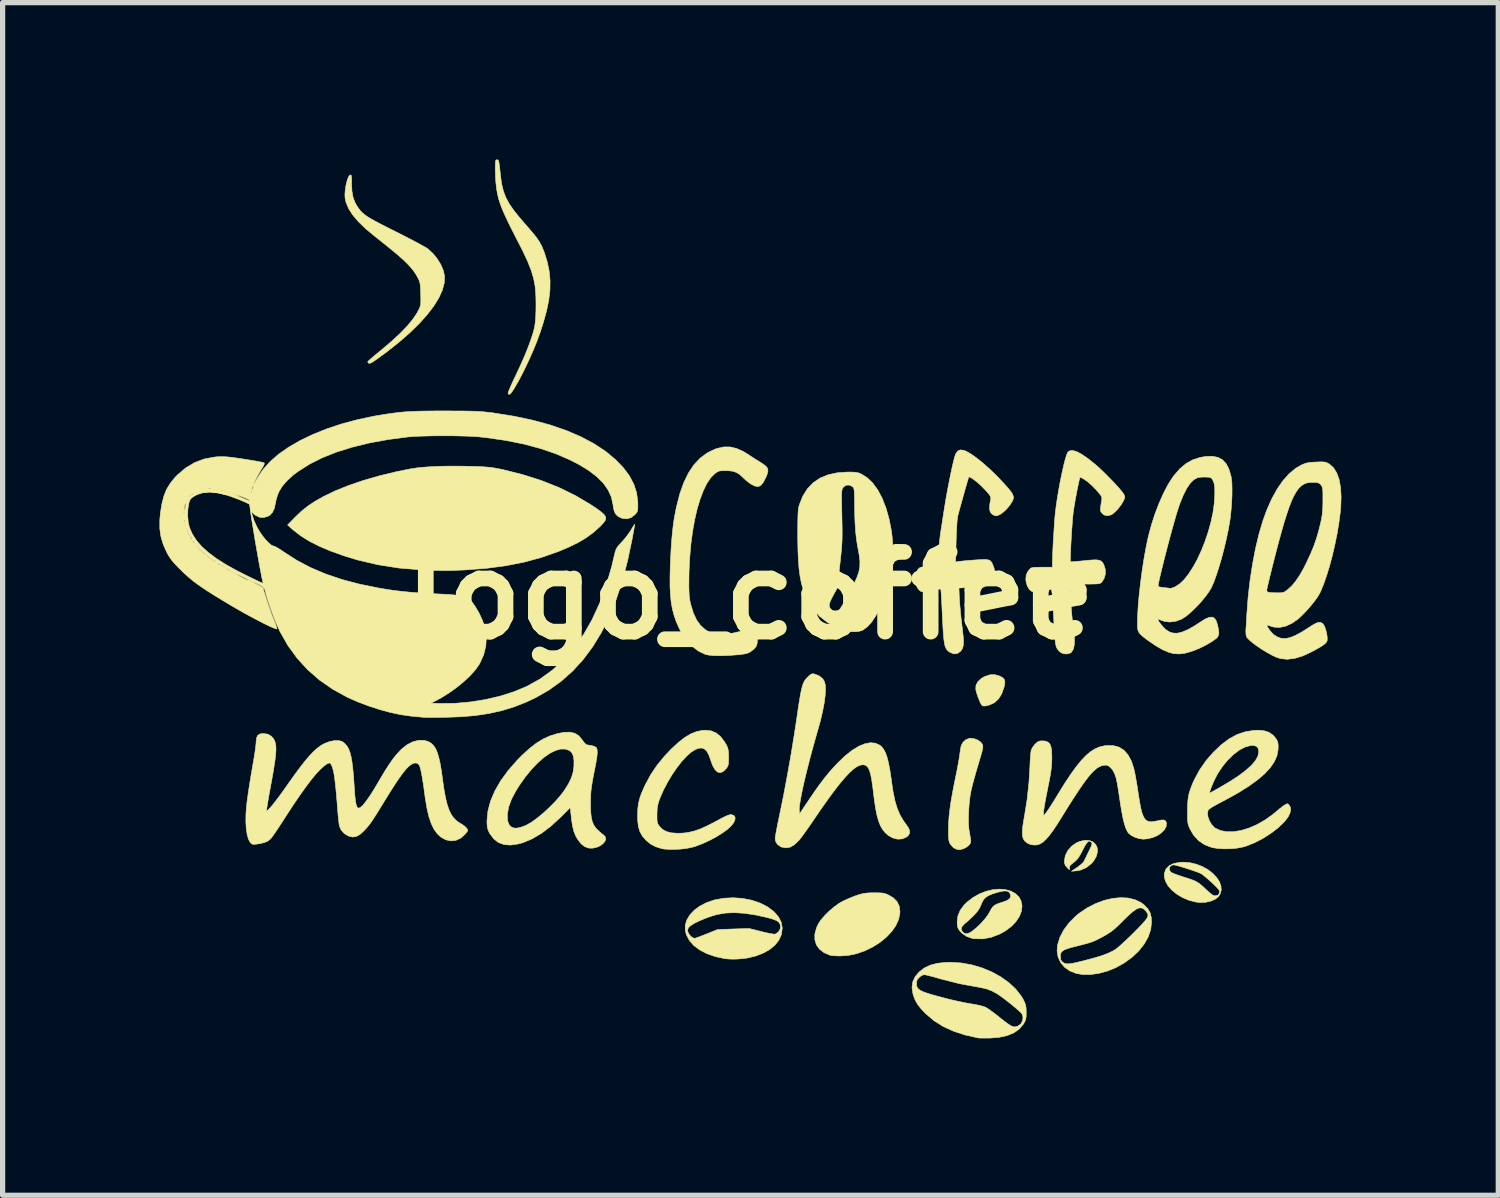
<source format=kicad_pcb>
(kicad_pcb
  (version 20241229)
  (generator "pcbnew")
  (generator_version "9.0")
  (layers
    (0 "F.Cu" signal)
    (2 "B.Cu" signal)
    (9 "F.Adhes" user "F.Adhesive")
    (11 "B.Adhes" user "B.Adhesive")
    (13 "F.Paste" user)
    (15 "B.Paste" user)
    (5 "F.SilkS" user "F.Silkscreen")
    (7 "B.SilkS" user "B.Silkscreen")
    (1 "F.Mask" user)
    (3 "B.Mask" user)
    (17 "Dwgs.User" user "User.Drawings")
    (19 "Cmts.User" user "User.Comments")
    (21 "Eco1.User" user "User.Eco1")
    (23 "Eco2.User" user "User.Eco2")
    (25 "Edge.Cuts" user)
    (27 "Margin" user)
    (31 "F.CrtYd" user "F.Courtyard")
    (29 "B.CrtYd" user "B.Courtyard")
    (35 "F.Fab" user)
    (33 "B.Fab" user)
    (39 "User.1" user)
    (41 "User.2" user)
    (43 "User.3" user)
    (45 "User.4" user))
  (footprint "logo_coffee"
    (layer "F.Cu")
    (at 11.295 8.336)
    (property "Reference" "logo_coffee" (at 0 0 0) (layer "F.SilkS") (effects (font (size 1.524 1.524) (thickness 0.3))))
    (attr exclude_from_pos_files exclude_from_bom allow_missing_courtyard)
    (fp_poly (pts (xy 4.769 1.54) (xy 4.77 1.54) (xy 4.825 1.57) (xy 4.856 1.604) (xy 4.866 1.649) (xy 4.859 1.714) (xy 4.849 1.754) (xy 4.806 1.876) (xy 4.746 1.974) (xy 4.67 2.044) (xy 4.638 2.062) (xy 4.559 2.095) (xy 4.493 2.111) (xy 4.444 2.109) (xy 4.425 2.097) (xy 4.404 2.062) (xy 4.378 2.004) (xy 4.351 1.936) (xy 4.328 1.867) (xy 4.312 1.809) (xy 4.31 1.795) (xy 4.313 1.718) (xy 4.348 1.648) (xy 4.414 1.586) (xy 4.473 1.551) (xy 4.575 1.515) (xy 4.672 1.511) (xy 4.769 1.54)) (stroke (width 0.01) (type solid)) (fill yes) (layer "F.SilkS"))
    (fp_poly (pts (xy 2.45 5.683) (xy 2.514 5.686) (xy 2.562 5.694) (xy 2.605 5.708) (xy 2.633 5.72) (xy 2.735 5.78) (xy 2.805 5.851) (xy 2.847 5.938) (xy 2.86 6.04) (xy 2.859 6.07) (xy 2.835 6.191) (xy 2.781 6.31) (xy 2.7 6.425) (xy 2.597 6.533) (xy 2.476 6.632) (xy 2.339 6.718) (xy 2.191 6.79) (xy 2.035 6.845) (xy 1.876 6.879) (xy 1.716 6.89) (xy 1.712 6.89) (xy 1.64 6.888) (xy 1.576 6.884) (xy 1.532 6.878) (xy 1.524 6.876) (xy 1.409 6.827) (xy 1.321 6.759) (xy 1.262 6.676) (xy 1.233 6.578) (xy 1.233 6.469) (xy 1.265 6.351) (xy 1.3 6.275) (xy 1.35 6.2) (xy 1.422 6.117) (xy 1.508 6.032) (xy 1.6 5.953) (xy 1.691 5.887) (xy 1.729 5.864) (xy 1.805 5.825) (xy 1.898 5.784) (xy 1.99 5.747) (xy 2.016 5.738) (xy 2.094 5.712) (xy 2.158 5.696) (xy 2.22 5.687) (xy 2.294 5.683) (xy 2.362 5.682) (xy 2.45 5.683)) (stroke (width 0.01) (type solid)) (fill yes) (layer "F.SilkS"))
    (fp_poly (pts (xy 6.484 4.683) (xy 6.554 4.712) (xy 6.604 4.76) (xy 6.632 4.823) (xy 6.637 4.898) (xy 6.616 4.981) (xy 6.568 5.067) (xy 6.523 5.12) (xy 6.428 5.198) (xy 6.323 5.245) (xy 6.234 5.262) (xy 6.138 5.271) (xy 6.248 5.197) (xy 6.304 5.155) (xy 6.35 5.115) (xy 6.377 5.083) (xy 6.378 5.08) (xy 6.395 5.046) (xy 6.421 4.992) (xy 6.454 4.925) (xy 6.471 4.889) (xy 6.504 4.821) (xy 6.523 4.776) (xy 6.53 4.747) (xy 6.527 4.729) (xy 6.516 4.713) (xy 6.514 4.712) (xy 6.489 4.695) (xy 6.464 4.698) (xy 6.436 4.723) (xy 6.402 4.774) (xy 6.36 4.852) (xy 6.347 4.878) (xy 6.305 4.958) (xy 6.269 5.015) (xy 6.233 5.058) (xy 6.189 5.096) (xy 6.18 5.103) (xy 6.131 5.142) (xy 6.106 5.17) (xy 6.099 5.196) (xy 6.101 5.211) (xy 6.105 5.236) (xy 6.099 5.24) (xy 6.078 5.222) (xy 6.056 5.2) (xy 6.022 5.16) (xy 6.007 5.12) (xy 6.004 5.067) (xy 6.022 4.969) (xy 6.069 4.876) (xy 6.139 4.794) (xy 6.228 4.73) (xy 6.296 4.7) (xy 6.398 4.678) (xy 6.484 4.683)) (stroke (width 0.01) (type solid)) (fill yes) (layer "F.SilkS"))
    (fp_poly (pts (xy 4.28 2.736) (xy 4.346 2.762) (xy 4.401 2.799) (xy 4.434 2.84) (xy 4.434 2.841) (xy 4.441 2.859) (xy 4.445 2.878) (xy 4.444 2.901) (xy 4.439 2.934) (xy 4.429 2.979) (xy 4.411 3.043) (xy 4.386 3.129) (xy 4.353 3.241) (xy 4.337 3.294) (xy 4.306 3.402) (xy 4.275 3.512) (xy 4.247 3.616) (xy 4.226 3.703) (xy 4.217 3.742) (xy 4.199 3.846) (xy 4.185 3.967) (xy 4.175 4.096) (xy 4.17 4.224) (xy 4.17 4.341) (xy 4.176 4.44) (xy 4.182 4.487) (xy 4.198 4.58) (xy 4.209 4.646) (xy 4.213 4.69) (xy 4.211 4.72) (xy 4.203 4.742) (xy 4.188 4.761) (xy 4.173 4.776) (xy 4.126 4.814) (xy 4.072 4.841) (xy 4.065 4.843) (xy 4.018 4.855) (xy 3.984 4.857) (xy 3.944 4.849) (xy 3.937 4.848) (xy 3.88 4.817) (xy 3.828 4.758) (xy 3.812 4.733) (xy 3.801 4.704) (xy 3.793 4.666) (xy 3.788 4.611) (xy 3.787 4.533) (xy 3.787 4.453) (xy 3.79 4.34) (xy 3.799 4.223) (xy 3.813 4.097) (xy 3.833 3.956) (xy 3.86 3.797) (xy 3.895 3.613) (xy 3.927 3.457) (xy 3.949 3.349) (xy 3.969 3.244) (xy 3.986 3.15) (xy 3.998 3.075) (xy 4.004 3.031) (xy 4.013 2.964) (xy 4.024 2.902) (xy 4.032 2.867) (xy 4.067 2.802) (xy 4.123 2.754) (xy 4.189 2.728) (xy 4.212 2.726) (xy 4.28 2.736)) (stroke (width 0.01) (type solid)) (fill yes) (layer "F.SilkS"))
    (fp_poly (pts (xy -5.538 -2.475) (xy -5.309 -2.47) (xy -5.181 -2.466) (xy -5.077 -2.46) (xy -4.99 -2.453) (xy -4.91 -2.442) (xy -4.828 -2.428) (xy -4.734 -2.409) (xy -4.726 -2.407) (xy -4.348 -2.312) (xy -3.988 -2.197) (xy -3.65 -2.062) (xy -3.337 -1.908) (xy -3.05 -1.737) (xy -3.049 -1.736) (xy -2.94 -1.664) (xy -2.859 -1.605) (xy -2.803 -1.556) (xy -2.771 -1.514) (xy -2.763 -1.475) (xy -2.776 -1.434) (xy -2.809 -1.389) (xy -2.86 -1.334) (xy -2.885 -1.31) (xy -3.006 -1.202) (xy -3.141 -1.104) (xy -3.296 -1.012) (xy -3.474 -0.925) (xy -3.681 -0.838) (xy -3.682 -0.838) (xy -3.997 -0.728) (xy -4.327 -0.639) (xy -4.675 -0.57) (xy -5.045 -0.521) (xy -5.436 -0.491) (xy -5.573 -0.485) (xy -5.69 -0.48) (xy -5.795 -0.478) (xy -5.896 -0.478) (xy -6.003 -0.48) (xy -6.124 -0.484) (xy -6.268 -0.491) (xy -6.314 -0.493) (xy -6.726 -0.527) (xy -7.123 -0.59) (xy -7.51 -0.681) (xy -7.772 -0.761) (xy -8.022 -0.85) (xy -8.241 -0.943) (xy -8.432 -1.04) (xy -8.598 -1.144) (xy -8.743 -1.256) (xy -8.763 -1.274) (xy -8.847 -1.35) (xy -8.705 -1.496) (xy -8.586 -1.61) (xy -8.462 -1.709) (xy -8.324 -1.802) (xy -8.162 -1.893) (xy -8.162 -1.893) (xy -7.935 -2.003) (xy -7.678 -2.106) (xy -7.396 -2.202) (xy -7.091 -2.29) (xy -6.767 -2.368) (xy -6.494 -2.423) (xy -6.355 -2.444) (xy -6.185 -2.459) (xy -5.99 -2.47) (xy -5.773 -2.475) (xy -5.538 -2.475)) (stroke (width 0.01) (type solid)) (fill yes) (layer "F.SilkS"))
    (fp_poly (pts (xy 4.877 5.621) (xy 4.981 5.65) (xy 5.069 5.698) (xy 5.137 5.765) (xy 5.174 5.834) (xy 5.194 5.931) (xy 5.183 6.033) (xy 5.143 6.135) (xy 5.077 6.234) (xy 4.987 6.327) (xy 4.875 6.411) (xy 4.767 6.471) (xy 4.602 6.534) (xy 4.442 6.563) (xy 4.286 6.56) (xy 4.236 6.552) (xy 4.13 6.514) (xy 4.038 6.448) (xy 4 6.405) (xy 3.98 6.374) (xy 4.032 6.374) (xy 4.05 6.419) (xy 4.064 6.435) (xy 4.104 6.462) (xy 4.149 6.464) (xy 4.205 6.44) (xy 4.248 6.411) (xy 4.328 6.345) (xy 4.409 6.267) (xy 4.483 6.184) (xy 4.543 6.104) (xy 4.581 6.039) (xy 4.611 5.982) (xy 4.643 5.941) (xy 4.686 5.911) (xy 4.747 5.884) (xy 4.824 5.86) (xy 4.905 5.83) (xy 4.955 5.797) (xy 4.976 5.758) (xy 4.97 5.711) (xy 4.965 5.699) (xy 4.94 5.665) (xy 4.9 5.648) (xy 4.842 5.648) (xy 4.759 5.665) (xy 4.73 5.672) (xy 4.627 5.704) (xy 4.55 5.736) (xy 4.495 5.773) (xy 4.454 5.82) (xy 4.422 5.882) (xy 4.412 5.908) (xy 4.387 5.965) (xy 4.354 6.019) (xy 4.31 6.074) (xy 4.251 6.136) (xy 4.172 6.209) (xy 4.093 6.277) (xy 4.046 6.328) (xy 4.032 6.374) (xy 3.98 6.374) (xy 3.974 6.365) (xy 3.96 6.326) (xy 3.955 6.273) (xy 3.954 6.233) (xy 3.969 6.121) (xy 4.012 6.017) (xy 4.085 5.918) (xy 4.148 5.856) (xy 4.262 5.769) (xy 4.384 5.701) (xy 4.511 5.652) (xy 4.638 5.622) (xy 4.762 5.612) (xy 4.877 5.621)) (stroke (width 0.01) (type solid)) (fill yes) (layer "F.SilkS"))
    (fp_poly (pts (xy 8.409 5.108) (xy 8.531 5.137) (xy 8.645 5.182) (xy 8.748 5.24) (xy 8.838 5.309) (xy 8.911 5.385) (xy 8.965 5.465) (xy 8.996 5.547) (xy 9.003 5.628) (xy 8.981 5.706) (xy 8.949 5.755) (xy 8.887 5.805) (xy 8.801 5.842) (xy 8.701 5.864) (xy 8.593 5.868) (xy 8.517 5.859) (xy 8.385 5.825) (xy 8.261 5.773) (xy 8.151 5.707) (xy 8.058 5.631) (xy 7.984 5.547) (xy 7.935 5.459) (xy 7.912 5.371) (xy 7.915 5.308) (xy 7.942 5.237) (xy 8.01 5.237) (xy 8.032 5.28) (xy 8.039 5.287) (xy 8.066 5.302) (xy 8.118 5.324) (xy 8.188 5.349) (xy 8.269 5.376) (xy 8.272 5.377) (xy 8.374 5.409) (xy 8.451 5.436) (xy 8.511 5.461) (xy 8.561 5.49) (xy 8.609 5.526) (xy 8.662 5.572) (xy 8.708 5.616) (xy 8.773 5.675) (xy 8.82 5.713) (xy 8.856 5.734) (xy 8.886 5.74) (xy 8.889 5.74) (xy 8.938 5.728) (xy 8.958 5.706) (xy 8.969 5.665) (xy 8.967 5.64) (xy 8.95 5.615) (xy 8.912 5.574) (xy 8.861 5.523) (xy 8.802 5.468) (xy 8.74 5.413) (xy 8.683 5.365) (xy 8.636 5.329) (xy 8.611 5.313) (xy 8.569 5.295) (xy 8.507 5.272) (xy 8.43 5.246) (xy 8.346 5.218) (xy 8.263 5.192) (xy 8.188 5.17) (xy 8.129 5.155) (xy 8.093 5.148) (xy 8.09 5.148) (xy 8.043 5.161) (xy 8.015 5.194) (xy 8.01 5.237) (xy 7.942 5.237) (xy 7.946 5.227) (xy 8.005 5.166) (xy 8.09 5.123) (xy 8.201 5.101) (xy 8.282 5.097) (xy 8.409 5.108)) (stroke (width 0.01) (type solid)) (fill yes) (layer "F.SilkS"))
    (fp_poly (pts (xy -0.145 5.79) (xy 0.028 5.824) (xy 0.189 5.879) (xy 0.331 5.952) (xy 0.451 6.043) (xy 0.461 6.054) (xy 0.541 6.148) (xy 0.59 6.244) (xy 0.609 6.347) (xy 0.609 6.368) (xy 0.593 6.481) (xy 0.546 6.587) (xy 0.471 6.682) (xy 0.37 6.766) (xy 0.245 6.836) (xy 0.101 6.891) (xy -0.062 6.93) (xy -0.23 6.948) (xy -0.313 6.951) (xy -0.399 6.949) (xy -0.469 6.943) (xy -0.481 6.942) (xy -0.665 6.903) (xy -0.828 6.847) (xy -0.967 6.776) (xy -1.08 6.691) (xy -1.167 6.593) (xy -1.223 6.484) (xy -1.244 6.406) (xy -1.244 6.387) (xy -1.199 6.387) (xy -1.198 6.417) (xy -1.181 6.459) (xy -1.139 6.516) (xy -1.085 6.548) (xy -1.061 6.552) (xy -1.041 6.547) (xy -0.995 6.53) (xy -0.931 6.506) (xy -0.855 6.476) (xy -0.837 6.469) (xy -0.628 6.385) (xy -0.327 6.374) (xy -0.025 6.364) (xy 0.21 6.423) (xy 0.297 6.444) (xy 0.373 6.46) (xy 0.432 6.47) (xy 0.467 6.474) (xy 0.473 6.473) (xy 0.531 6.437) (xy 0.567 6.381) (xy 0.576 6.333) (xy 0.57 6.286) (xy 0.548 6.248) (xy 0.507 6.217) (xy 0.441 6.189) (xy 0.347 6.162) (xy 0.33 6.157) (xy 0.097 6.106) (xy -0.113 6.074) (xy -0.303 6.062) (xy -0.478 6.07) (xy -0.64 6.098) (xy -0.745 6.129) (xy -0.87 6.174) (xy -0.981 6.221) (xy -1.072 6.266) (xy -1.14 6.309) (xy -1.18 6.345) (xy -1.185 6.353) (xy -1.199 6.387) (xy -1.244 6.387) (xy -1.245 6.302) (xy -1.214 6.201) (xy -1.156 6.104) (xy -1.071 6.014) (xy -0.964 5.935) (xy -0.836 5.87) (xy -0.691 5.82) (xy -0.683 5.818) (xy -0.506 5.786) (xy -0.325 5.777) (xy -0.145 5.79)) (stroke (width 0.01) (type solid)) (fill yes) (layer "F.SilkS"))
    (fp_poly (pts (xy -4.832 -8.331) (xy -4.822 -8.326) (xy -4.814 -8.312) (xy -4.807 -8.286) (xy -4.8 -8.242) (xy -4.792 -8.176) (xy -4.782 -8.084) (xy -4.774 -8.009) (xy -4.753 -7.863) (xy -4.721 -7.732) (xy -4.674 -7.61) (xy -4.61 -7.49) (xy -4.524 -7.366) (xy -4.415 -7.23) (xy -4.399 -7.212) (xy -4.335 -7.137) (xy -4.264 -7.055) (xy -4.199 -6.98) (xy -4.173 -6.95) (xy -4.094 -6.853) (xy -4.034 -6.766) (xy -3.986 -6.676) (xy -3.943 -6.57) (xy -3.937 -6.553) (xy -3.882 -6.376) (xy -3.846 -6.202) (xy -3.829 -6.026) (xy -3.831 -5.845) (xy -3.853 -5.653) (xy -3.895 -5.447) (xy -3.957 -5.222) (xy -4.016 -5.038) (xy -4.081 -4.86) (xy -4.158 -4.672) (xy -4.243 -4.481) (xy -4.332 -4.295) (xy -4.421 -4.123) (xy -4.507 -3.974) (xy -4.532 -3.933) (xy -4.572 -3.875) (xy -4.602 -3.848) (xy -4.622 -3.849) (xy -4.632 -3.866) (xy -4.628 -3.887) (xy -4.61 -3.934) (xy -4.581 -4.001) (xy -4.544 -4.085) (xy -4.499 -4.18) (xy -4.481 -4.217) (xy -4.391 -4.409) (xy -4.311 -4.592) (xy -4.242 -4.764) (xy -4.186 -4.919) (xy -4.144 -5.053) (xy -4.125 -5.134) (xy -4.113 -5.215) (xy -4.104 -5.321) (xy -4.099 -5.444) (xy -4.098 -5.573) (xy -4.1 -5.702) (xy -4.106 -5.82) (xy -4.116 -5.919) (xy -4.116 -5.921) (xy -4.144 -6.066) (xy -4.192 -6.223) (xy -4.26 -6.395) (xy -4.35 -6.586) (xy -4.38 -6.646) (xy -4.477 -6.834) (xy -4.559 -6.996) (xy -4.628 -7.134) (xy -4.684 -7.253) (xy -4.73 -7.356) (xy -4.766 -7.447) (xy -4.795 -7.528) (xy -4.817 -7.604) (xy -4.834 -7.678) (xy -4.847 -7.752) (xy -4.858 -7.832) (xy -4.867 -7.921) (xy -4.873 -8.025) (xy -4.876 -8.127) (xy -4.877 -8.158) (xy -4.876 -8.236) (xy -4.874 -8.286) (xy -4.869 -8.315) (xy -4.86 -8.328) (xy -4.846 -8.331) (xy -4.844 -8.331) (xy -4.832 -8.331)) (stroke (width 0.01) (type solid)) (fill yes) (layer "F.SilkS"))
    (fp_poly (pts (xy -7.633 -8.036) (xy -7.626 -8.01) (xy -7.623 -7.962) (xy -7.623 -7.884) (xy -7.623 -7.878) (xy -7.617 -7.736) (xy -7.596 -7.617) (xy -7.557 -7.512) (xy -7.521 -7.449) (xy -7.49 -7.403) (xy -7.459 -7.362) (xy -7.423 -7.324) (xy -7.38 -7.287) (xy -7.327 -7.248) (xy -7.259 -7.206) (xy -7.174 -7.159) (xy -7.069 -7.103) (xy -6.939 -7.037) (xy -6.786 -6.96) (xy -6.657 -6.895) (xy -6.534 -6.832) (xy -6.422 -6.773) (xy -6.324 -6.721) (xy -6.245 -6.677) (xy -6.189 -6.645) (xy -6.164 -6.628) (xy -6.07 -6.542) (xy -5.986 -6.439) (xy -5.917 -6.326) (xy -5.869 -6.213) (xy -5.846 -6.106) (xy -5.846 -6.104) (xy -5.852 -5.976) (xy -5.889 -5.838) (xy -5.956 -5.69) (xy -6.053 -5.534) (xy -6.177 -5.371) (xy -6.33 -5.201) (xy -6.509 -5.026) (xy -6.714 -4.847) (xy -6.944 -4.664) (xy -7.106 -4.545) (xy -7.179 -4.494) (xy -7.23 -4.46) (xy -7.264 -4.443) (xy -7.286 -4.439) (xy -7.302 -4.446) (xy -7.304 -4.448) (xy -7.315 -4.469) (xy -7.315 -4.471) (xy -7.303 -4.484) (xy -7.268 -4.516) (xy -7.215 -4.562) (xy -7.147 -4.619) (xy -7.069 -4.683) (xy -7.061 -4.69) (xy -6.865 -4.855) (xy -6.699 -5.009) (xy -6.562 -5.15) (xy -6.453 -5.282) (xy -6.372 -5.403) (xy -6.341 -5.461) (xy -6.322 -5.501) (xy -6.31 -5.536) (xy -6.303 -5.574) (xy -6.3 -5.623) (xy -6.3 -5.691) (xy -6.302 -5.769) (xy -6.305 -5.86) (xy -6.309 -5.925) (xy -6.316 -5.973) (xy -6.327 -6.012) (xy -6.344 -6.051) (xy -6.367 -6.094) (xy -6.402 -6.155) (xy -6.444 -6.215) (xy -6.494 -6.276) (xy -6.555 -6.342) (xy -6.63 -6.415) (xy -6.722 -6.497) (xy -6.832 -6.59) (xy -6.964 -6.697) (xy -7.119 -6.821) (xy -7.184 -6.872) (xy -7.355 -7.014) (xy -7.494 -7.149) (xy -7.603 -7.277) (xy -7.681 -7.399) (xy -7.73 -7.517) (xy -7.748 -7.597) (xy -7.751 -7.666) (xy -7.746 -7.745) (xy -7.734 -7.826) (xy -7.717 -7.904) (xy -7.696 -7.97) (xy -7.673 -8.019) (xy -7.65 -8.042) (xy -7.644 -8.043) (xy -7.633 -8.036)) (stroke (width 0.01) (type solid)) (fill yes) (layer "F.SilkS"))
    (fp_poly (pts (xy 7.221 5.782) (xy 7.354 5.814) (xy 7.47 5.87) (xy 7.527 5.913) (xy 7.598 5.987) (xy 7.643 6.065) (xy 7.665 6.157) (xy 7.67 6.244) (xy 7.654 6.384) (xy 7.607 6.524) (xy 7.53 6.661) (xy 7.427 6.792) (xy 7.299 6.913) (xy 7.148 7.023) (xy 6.985 7.114) (xy 6.827 7.178) (xy 6.664 7.222) (xy 6.503 7.245) (xy 6.353 7.245) (xy 6.23 7.224) (xy 6.108 7.176) (xy 6.007 7.105) (xy 5.932 7.016) (xy 5.883 6.91) (xy 5.882 6.902) (xy 5.927 6.902) (xy 5.932 6.955) (xy 5.951 6.991) (xy 5.971 7.009) (xy 5.999 7.027) (xy 6.03 7.038) (xy 6.07 7.041) (xy 6.124 7.036) (xy 6.196 7.023) (xy 6.292 7.001) (xy 6.385 6.978) (xy 6.54 6.937) (xy 6.667 6.9) (xy 6.772 6.865) (xy 6.859 6.829) (xy 6.934 6.792) (xy 6.968 6.772) (xy 7.009 6.742) (xy 7.068 6.693) (xy 7.141 6.627) (xy 7.223 6.55) (xy 7.309 6.466) (xy 7.332 6.443) (xy 7.426 6.348) (xy 7.497 6.273) (xy 7.548 6.215) (xy 7.582 6.169) (xy 7.599 6.134) (xy 7.602 6.104) (xy 7.593 6.076) (xy 7.575 6.048) (xy 7.567 6.038) (xy 7.527 5.996) (xy 7.486 5.973) (xy 7.44 5.971) (xy 7.387 5.99) (xy 7.323 6.033) (xy 7.245 6.099) (xy 7.15 6.191) (xy 7.129 6.212) (xy 7.049 6.292) (xy 6.984 6.353) (xy 6.927 6.402) (xy 6.869 6.443) (xy 6.803 6.484) (xy 6.742 6.519) (xy 6.665 6.56) (xy 6.599 6.593) (xy 6.536 6.619) (xy 6.466 6.642) (xy 6.38 6.666) (xy 6.277 6.692) (xy 6.16 6.721) (xy 6.072 6.747) (xy 6.01 6.77) (xy 5.968 6.795) (xy 5.943 6.822) (xy 5.93 6.855) (xy 5.927 6.896) (xy 5.927 6.902) (xy 5.882 6.902) (xy 5.864 6.792) (xy 5.874 6.676) (xy 5.918 6.533) (xy 5.992 6.391) (xy 6.094 6.255) (xy 6.218 6.13) (xy 6.285 6.075) (xy 6.439 5.971) (xy 6.599 5.889) (xy 6.761 5.828) (xy 6.921 5.79) (xy 7.076 5.775) (xy 7.221 5.782)) (stroke (width 0.01) (type solid)) (fill yes) (layer "F.SilkS"))
    (fp_poly (pts (xy -0.748 2.587) (xy -0.652 2.628) (xy -0.567 2.698) (xy -0.491 2.799) (xy -0.455 2.862) (xy -0.435 2.906) (xy -0.423 2.952) (xy -0.417 3.01) (xy -0.415 3.09) (xy -0.415 3.093) (xy -0.416 3.167) (xy -0.419 3.217) (xy -0.428 3.252) (xy -0.443 3.282) (xy -0.467 3.313) (xy -0.523 3.366) (xy -0.577 3.386) (xy -0.629 3.373) (xy -0.677 3.327) (xy -0.721 3.249) (xy -0.755 3.156) (xy -0.793 3.049) (xy -0.834 2.974) (xy -0.881 2.93) (xy -0.936 2.913) (xy -1.002 2.923) (xy -1.059 2.947) (xy -1.138 2.998) (xy -1.224 3.076) (xy -1.316 3.176) (xy -1.408 3.295) (xy -1.498 3.427) (xy -1.582 3.567) (xy -1.657 3.71) (xy -1.72 3.853) (xy -1.731 3.88) (xy -1.758 3.958) (xy -1.774 4.023) (xy -1.782 4.09) (xy -1.785 4.175) (xy -1.785 4.184) (xy -1.785 4.26) (xy -1.782 4.312) (xy -1.775 4.348) (xy -1.761 4.378) (xy -1.738 4.41) (xy -1.738 4.41) (xy -1.678 4.471) (xy -1.603 4.512) (xy -1.508 4.536) (xy -1.388 4.544) (xy -1.38 4.544) (xy -1.275 4.54) (xy -1.173 4.526) (xy -1.071 4.501) (xy -0.961 4.463) (xy -0.84 4.409) (xy -0.699 4.338) (xy -0.601 4.285) (xy -0.505 4.234) (xy -0.433 4.202) (xy -0.384 4.187) (xy -0.366 4.186) (xy -0.316 4.203) (xy -0.292 4.237) (xy -0.294 4.286) (xy -0.322 4.346) (xy -0.366 4.403) (xy -0.438 4.469) (xy -0.536 4.54) (xy -0.652 4.612) (xy -0.779 4.68) (xy -0.909 4.74) (xy -1.037 4.789) (xy -1.101 4.809) (xy -1.199 4.83) (xy -1.313 4.845) (xy -1.434 4.853) (xy -1.549 4.853) (xy -1.649 4.846) (xy -1.693 4.838) (xy -1.811 4.801) (xy -1.908 4.75) (xy -1.996 4.677) (xy -2 4.673) (xy -2.065 4.597) (xy -2.111 4.514) (xy -2.14 4.419) (xy -2.154 4.303) (xy -2.156 4.208) (xy -2.153 4.089) (xy -2.141 3.985) (xy -2.118 3.886) (xy -2.082 3.781) (xy -2.03 3.662) (xy -2.008 3.615) (xy -1.905 3.424) (xy -1.785 3.246) (xy -1.642 3.071) (xy -1.516 2.938) (xy -1.381 2.812) (xy -1.257 2.715) (xy -1.141 2.645) (xy -1.028 2.6) (xy -0.915 2.577) (xy -0.856 2.574) (xy -0.748 2.587)) (stroke (width 0.01) (type solid)) (fill yes) (layer "F.SilkS"))
    (fp_poly (pts (xy 4.029 7.023) (xy 4.232 7.059) (xy 4.428 7.117) (xy 4.615 7.195) (xy 4.787 7.289) (xy 4.941 7.399) (xy 5.073 7.522) (xy 5.178 7.656) (xy 5.22 7.727) (xy 5.248 7.787) (xy 5.265 7.837) (xy 5.272 7.892) (xy 5.274 7.967) (xy 5.274 7.968) (xy 5.273 8.041) (xy 5.267 8.091) (xy 5.254 8.132) (xy 5.231 8.175) (xy 5.224 8.187) (xy 5.145 8.283) (xy 5.041 8.358) (xy 4.91 8.412) (xy 4.752 8.446) (xy 4.589 8.459) (xy 4.507 8.46) (xy 4.434 8.46) (xy 4.378 8.459) (xy 4.352 8.456) (xy 4.104 8.4) (xy 3.883 8.328) (xy 3.687 8.238) (xy 3.513 8.129) (xy 3.359 7.999) (xy 3.352 7.993) (xy 3.263 7.899) (xy 3.197 7.815) (xy 3.15 7.731) (xy 3.116 7.641) (xy 3.108 7.612) (xy 3.09 7.492) (xy 3.101 7.417) (xy 3.176 7.417) (xy 3.178 7.455) (xy 3.188 7.487) (xy 3.208 7.516) (xy 3.242 7.543) (xy 3.292 7.569) (xy 3.362 7.595) (xy 3.455 7.625) (xy 3.574 7.658) (xy 3.722 7.697) (xy 3.759 7.707) (xy 3.87 7.734) (xy 3.991 7.761) (xy 4.107 7.785) (xy 4.207 7.803) (xy 4.227 7.806) (xy 4.315 7.821) (xy 4.396 7.839) (xy 4.462 7.857) (xy 4.5 7.872) (xy 4.538 7.895) (xy 4.595 7.935) (xy 4.664 7.985) (xy 4.737 8.042) (xy 4.751 8.054) (xy 4.844 8.127) (xy 4.915 8.181) (xy 4.97 8.217) (xy 5.012 8.238) (xy 5.048 8.246) (xy 5.08 8.242) (xy 5.114 8.23) (xy 5.123 8.226) (xy 5.174 8.186) (xy 5.205 8.127) (xy 5.212 8.06) (xy 5.194 7.999) (xy 5.172 7.973) (xy 5.128 7.933) (xy 5.069 7.881) (xy 4.999 7.823) (xy 4.923 7.762) (xy 4.848 7.705) (xy 4.779 7.654) (xy 4.722 7.615) (xy 4.722 7.615) (xy 4.618 7.558) (xy 4.508 7.517) (xy 4.38 7.489) (xy 4.347 7.484) (xy 3.999 7.42) (xy 3.64 7.329) (xy 3.617 7.322) (xy 3.526 7.296) (xy 3.445 7.274) (xy 3.379 7.258) (xy 3.335 7.249) (xy 3.323 7.248) (xy 3.287 7.258) (xy 3.244 7.286) (xy 3.231 7.297) (xy 3.194 7.336) (xy 3.178 7.378) (xy 3.176 7.417) (xy 3.101 7.417) (xy 3.105 7.384) (xy 3.152 7.284) (xy 3.229 7.194) (xy 3.326 7.12) (xy 3.44 7.065) (xy 3.574 7.03) (xy 3.733 7.013) (xy 3.825 7.01) (xy 4.029 7.023)) (stroke (width 0.01) (type solid)) (fill yes) (layer "F.SilkS"))
    (fp_poly (pts (xy -0.264 -2.813) (xy -0.133 -2.754) (xy -0.042 -2.698) (xy 0.026 -2.653) (xy 0.105 -2.602) (xy 0.178 -2.557) (xy 0.256 -2.506) (xy 0.307 -2.464) (xy 0.333 -2.423) (xy 0.336 -2.376) (xy 0.321 -2.318) (xy 0.295 -2.257) (xy 0.249 -2.167) (xy 0.203 -2.11) (xy 0.157 -2.085) (xy 0.14 -2.083) (xy 0.078 -2.097) (xy 0.004 -2.136) (xy -0.077 -2.198) (xy -0.128 -2.245) (xy -0.199 -2.311) (xy -0.264 -2.353) (xy -0.334 -2.377) (xy -0.42 -2.387) (xy -0.472 -2.388) (xy -0.542 -2.387) (xy -0.589 -2.382) (xy -0.624 -2.369) (xy -0.659 -2.347) (xy -0.678 -2.333) (xy -0.757 -2.254) (xy -0.831 -2.144) (xy -0.899 -2.006) (xy -0.961 -1.842) (xy -1.017 -1.655) (xy -1.065 -1.448) (xy -1.105 -1.222) (xy -1.137 -0.981) (xy -1.159 -0.727) (xy -1.172 -0.463) (xy -1.174 -0.313) (xy -1.175 -0.192) (xy -1.173 -0.097) (xy -1.17 -0.023) (xy -1.165 0.038) (xy -1.157 0.092) (xy -1.145 0.146) (xy -1.139 0.173) (xy -1.089 0.335) (xy -1.027 0.467) (xy -0.951 0.572) (xy -0.86 0.653) (xy -0.787 0.696) (xy -0.734 0.721) (xy -0.693 0.736) (xy -0.653 0.743) (xy -0.602 0.745) (xy -0.531 0.741) (xy -0.512 0.74) (xy -0.342 0.719) (xy -0.171 0.68) (xy -0.085 0.657) (xy -0.024 0.644) (xy 0.019 0.641) (xy 0.051 0.649) (xy 0.081 0.668) (xy 0.097 0.683) (xy 0.119 0.707) (xy 0.13 0.739) (xy 0.135 0.787) (xy 0.135 0.83) (xy 0.131 0.91) (xy 0.113 0.968) (xy 0.076 1.016) (xy 0.014 1.065) (xy 0.006 1.071) (xy -0.029 1.091) (xy -0.068 1.106) (xy -0.119 1.117) (xy -0.191 1.127) (xy -0.255 1.133) (xy -0.411 1.145) (xy -0.554 1.15) (xy -0.678 1.149) (xy -0.78 1.141) (xy -0.855 1.126) (xy -0.864 1.123) (xy -0.993 1.061) (xy -1.114 0.968) (xy -1.224 0.847) (xy -1.322 0.7) (xy -1.364 0.618) (xy -1.416 0.501) (xy -1.457 0.384) (xy -1.489 0.263) (xy -1.513 0.133) (xy -1.528 -0.012) (xy -1.536 -0.174) (xy -1.536 -0.359) (xy -1.531 -0.571) (xy -1.527 -0.656) (xy -1.517 -0.862) (xy -1.505 -1.04) (xy -1.491 -1.197) (xy -1.475 -1.339) (xy -1.456 -1.472) (xy -1.432 -1.602) (xy -1.412 -1.698) (xy -1.349 -1.944) (xy -1.273 -2.159) (xy -1.183 -2.344) (xy -1.079 -2.5) (xy -0.96 -2.627) (xy -0.826 -2.727) (xy -0.676 -2.799) (xy -0.646 -2.81) (xy -0.516 -2.841) (xy -0.39 -2.842) (xy -0.264 -2.813)) (stroke (width 0.01) (type solid)) (fill yes) (layer "F.SilkS"))
    (fp_poly (pts (xy 9.821 2.584) (xy 9.912 2.613) (xy 9.988 2.665) (xy 10.02 2.699) (xy 10.06 2.75) (xy 10.083 2.801) (xy 10.091 2.862) (xy 10.089 2.943) (xy 10.088 2.954) (xy 10.066 3.066) (xy 10.016 3.178) (xy 9.939 3.291) (xy 9.833 3.406) (xy 9.697 3.522) (xy 9.531 3.642) (xy 9.334 3.766) (xy 9.104 3.894) (xy 8.988 3.955) (xy 8.906 3.999) (xy 8.836 4.039) (xy 8.784 4.073) (xy 8.756 4.097) (xy 8.753 4.101) (xy 8.74 4.157) (xy 8.748 4.228) (xy 8.775 4.303) (xy 8.816 4.373) (xy 8.867 4.43) (xy 8.887 4.445) (xy 8.988 4.492) (xy 9.107 4.515) (xy 9.24 4.514) (xy 9.384 4.49) (xy 9.534 4.444) (xy 9.686 4.378) (xy 9.837 4.292) (xy 9.983 4.188) (xy 10.034 4.146) (xy 10.113 4.08) (xy 10.18 4.028) (xy 10.231 3.994) (xy 10.262 3.98) (xy 10.265 3.979) (xy 10.292 3.994) (xy 10.316 4.029) (xy 10.329 4.073) (xy 10.329 4.083) (xy 10.318 4.155) (xy 10.281 4.231) (xy 10.217 4.315) (xy 10.203 4.331) (xy 10.088 4.441) (xy 9.949 4.547) (xy 9.795 4.645) (xy 9.635 4.727) (xy 9.479 4.789) (xy 9.408 4.809) (xy 9.302 4.829) (xy 9.18 4.84) (xy 9.054 4.842) (xy 8.935 4.835) (xy 8.836 4.819) (xy 8.823 4.816) (xy 8.684 4.763) (xy 8.568 4.684) (xy 8.472 4.578) (xy 8.409 4.47) (xy 8.388 4.425) (xy 8.374 4.387) (xy 8.365 4.349) (xy 8.359 4.302) (xy 8.357 4.238) (xy 8.357 4.151) (xy 8.357 4.123) (xy 8.359 3.993) (xy 8.368 3.886) (xy 8.385 3.791) (xy 8.394 3.764) (xy 8.779 3.764) (xy 8.78 3.776) (xy 8.796 3.768) (xy 8.836 3.747) (xy 8.893 3.715) (xy 8.963 3.676) (xy 8.969 3.672) (xy 9.169 3.554) (xy 9.337 3.444) (xy 9.474 3.341) (xy 9.579 3.246) (xy 9.655 3.157) (xy 9.702 3.074) (xy 9.719 2.996) (xy 9.72 2.986) (xy 9.709 2.922) (xy 9.676 2.882) (xy 9.619 2.865) (xy 9.557 2.868) (xy 9.455 2.897) (xy 9.347 2.954) (xy 9.238 3.037) (xy 9.131 3.14) (xy 9.031 3.26) (xy 8.941 3.394) (xy 8.89 3.488) (xy 8.862 3.547) (xy 8.834 3.612) (xy 8.809 3.674) (xy 8.79 3.727) (xy 8.779 3.764) (xy 8.394 3.764) (xy 8.414 3.697) (xy 8.455 3.592) (xy 8.485 3.526) (xy 8.588 3.334) (xy 8.715 3.152) (xy 8.847 3.001) (xy 9 2.854) (xy 9.153 2.739) (xy 9.308 2.655) (xy 9.467 2.602) (xy 9.633 2.577) (xy 9.708 2.574) (xy 9.821 2.584)) (stroke (width 0.01) (type solid)) (fill yes) (layer "F.SilkS"))
    (fp_poly (pts (xy 1.223 1.499) (xy 1.31 1.531) (xy 1.379 1.585) (xy 1.414 1.638) (xy 1.432 1.703) (xy 1.437 1.796) (xy 1.43 1.914) (xy 1.412 2.054) (xy 1.382 2.211) (xy 1.342 2.383) (xy 1.293 2.56) (xy 1.236 2.759) (xy 1.181 2.957) (xy 1.13 3.149) (xy 1.083 3.334) (xy 1.041 3.506) (xy 1.005 3.664) (xy 0.976 3.804) (xy 0.954 3.923) (xy 0.94 4.017) (xy 0.934 4.082) (xy 0.935 4.097) (xy 0.94 4.174) (xy 1.116 3.912) (xy 1.225 3.751) (xy 1.323 3.613) (xy 1.414 3.493) (xy 1.502 3.385) (xy 1.593 3.282) (xy 1.675 3.195) (xy 1.814 3.063) (xy 1.946 2.958) (xy 2.072 2.881) (xy 2.189 2.833) (xy 2.296 2.813) (xy 2.392 2.822) (xy 2.475 2.861) (xy 2.504 2.884) (xy 2.545 2.933) (xy 2.581 2.999) (xy 2.613 3.087) (xy 2.641 3.199) (xy 2.668 3.337) (xy 2.693 3.506) (xy 2.7 3.559) (xy 2.73 3.759) (xy 2.766 3.929) (xy 2.81 4.074) (xy 2.864 4.199) (xy 2.928 4.307) (xy 2.966 4.359) (xy 3.02 4.436) (xy 3.045 4.497) (xy 3.044 4.548) (xy 3.014 4.592) (xy 2.982 4.618) (xy 2.903 4.652) (xy 2.815 4.657) (xy 2.724 4.634) (xy 2.637 4.586) (xy 2.58 4.535) (xy 2.53 4.475) (xy 2.488 4.402) (xy 2.453 4.315) (xy 2.422 4.208) (xy 2.396 4.078) (xy 2.372 3.921) (xy 2.355 3.785) (xy 2.336 3.629) (xy 2.317 3.504) (xy 2.297 3.407) (xy 2.274 3.335) (xy 2.248 3.285) (xy 2.217 3.253) (xy 2.18 3.238) (xy 2.146 3.234) (xy 2.093 3.244) (xy 2.033 3.273) (xy 1.965 3.322) (xy 1.887 3.394) (xy 1.799 3.489) (xy 1.7 3.607) (xy 1.589 3.751) (xy 1.464 3.922) (xy 1.325 4.12) (xy 1.19 4.318) (xy 1.126 4.411) (xy 1.063 4.5) (xy 1.006 4.58) (xy 0.958 4.643) (xy 0.925 4.684) (xy 0.842 4.763) (xy 0.761 4.81) (xy 0.68 4.824) (xy 0.597 4.808) (xy 0.582 4.802) (xy 0.519 4.758) (xy 0.482 4.697) (xy 0.474 4.646) (xy 0.478 4.614) (xy 0.487 4.555) (xy 0.502 4.473) (xy 0.521 4.374) (xy 0.544 4.264) (xy 0.559 4.194) (xy 0.634 3.826) (xy 0.707 3.438) (xy 0.778 3.039) (xy 0.842 2.643) (xy 0.889 2.337) (xy 0.913 2.167) (xy 0.935 2.028) (xy 0.954 1.915) (xy 0.971 1.825) (xy 0.988 1.754) (xy 1.004 1.698) (xy 1.023 1.655) (xy 1.043 1.62) (xy 1.067 1.589) (xy 1.093 1.561) (xy 1.137 1.52) (xy 1.167 1.5) (xy 1.196 1.495) (xy 1.223 1.499)) (stroke (width 0.01) (type solid)) (fill yes) (layer "F.SilkS"))
    (fp_poly (pts (xy -3.358 2.632) (xy -3.283 2.678) (xy -3.221 2.749) (xy -3.214 2.76) (xy -3.179 2.808) (xy -3.145 2.842) (xy -3.126 2.853) (xy -3.085 2.86) (xy -3.033 2.869) (xy -3.029 2.87) (xy -2.981 2.883) (xy -2.947 2.904) (xy -2.944 2.906) (xy -2.93 2.941) (xy -2.926 2.999) (xy -2.933 3.082) (xy -2.951 3.194) (xy -2.971 3.297) (xy -2.999 3.437) (xy -3.02 3.551) (xy -3.035 3.646) (xy -3.046 3.731) (xy -3.052 3.812) (xy -3.055 3.896) (xy -3.056 3.979) (xy -3.053 4.116) (xy -3.043 4.225) (xy -3.025 4.312) (xy -2.997 4.381) (xy -2.958 4.44) (xy -2.922 4.478) (xy -2.874 4.522) (xy -2.828 4.561) (xy -2.805 4.577) (xy -2.771 4.615) (xy -2.765 4.658) (xy -2.783 4.703) (xy -2.82 4.746) (xy -2.873 4.784) (xy -2.936 4.812) (xy -3.007 4.828) (xy -3.079 4.828) (xy -3.097 4.825) (xy -3.169 4.798) (xy -3.234 4.747) (xy -3.297 4.667) (xy -3.298 4.666) (xy -3.34 4.594) (xy -3.373 4.513) (xy -3.397 4.416) (xy -3.417 4.296) (xy -3.424 4.231) (xy -3.443 4.052) (xy -3.623 4.233) (xy -3.81 4.406) (xy -3.993 4.545) (xy -4.173 4.651) (xy -4.351 4.725) (xy -4.449 4.751) (xy -4.588 4.77) (xy -4.71 4.76) (xy -4.816 4.721) (xy -4.904 4.653) (xy -4.978 4.555) (xy -4.997 4.521) (xy -5.017 4.474) (xy -5.029 4.425) (xy -5.034 4.362) (xy -5.035 4.301) (xy -5.026 4.217) (xy -4.646 4.217) (xy -4.637 4.316) (xy -4.608 4.388) (xy -4.56 4.432) (xy -4.493 4.448) (xy -4.406 4.436) (xy -4.299 4.397) (xy -4.276 4.386) (xy -4.182 4.332) (xy -4.076 4.255) (xy -3.963 4.162) (xy -3.849 4.057) (xy -3.74 3.948) (xy -3.642 3.838) (xy -3.562 3.735) (xy -3.554 3.722) (xy -3.475 3.596) (xy -3.421 3.482) (xy -3.388 3.373) (xy -3.373 3.261) (xy -3.373 3.258) (xy -3.372 3.149) (xy -3.385 3.067) (xy -3.411 3.008) (xy -3.454 2.966) (xy -3.46 2.962) (xy -3.539 2.934) (xy -3.629 2.934) (xy -3.728 2.963) (xy -3.836 3.017) (xy -3.949 3.096) (xy -4.065 3.198) (xy -4.183 3.321) (xy -4.3 3.464) (xy -4.414 3.625) (xy -4.485 3.739) (xy -4.567 3.894) (xy -4.62 4.038) (xy -4.644 4.175) (xy -4.646 4.217) (xy -5.026 4.217) (xy -5.017 4.118) (xy -4.967 3.929) (xy -4.885 3.736) (xy -4.773 3.541) (xy -4.63 3.345) (xy -4.459 3.149) (xy -4.358 3.047) (xy -4.219 2.921) (xy -4.089 2.82) (xy -3.963 2.743) (xy -3.835 2.684) (xy -3.698 2.641) (xy -3.695 2.64) (xy -3.561 2.614) (xy -3.45 2.611) (xy -3.358 2.632)) (stroke (width 0.01) (type solid)) (fill yes) (layer "F.SilkS"))
    (fp_poly (pts (xy 1.943 -2.361) (xy 2.007 -2.357) (xy 2.056 -2.349) (xy 2.097 -2.335) (xy 2.117 -2.326) (xy 2.234 -2.253) (xy 2.342 -2.149) (xy 2.438 -2.016) (xy 2.523 -1.855) (xy 2.595 -1.668) (xy 2.654 -1.458) (xy 2.699 -1.225) (xy 2.702 -1.202) (xy 2.717 -1.059) (xy 2.724 -0.902) (xy 2.722 -0.741) (xy 2.713 -0.584) (xy 2.697 -0.442) (xy 2.676 -0.339) (xy 2.618 -0.128) (xy 2.552 0.064) (xy 2.479 0.235) (xy 2.401 0.383) (xy 2.32 0.505) (xy 2.236 0.598) (xy 2.152 0.659) (xy 2.147 0.662) (xy 2.068 0.687) (xy 1.969 0.692) (xy 1.858 0.678) (xy 1.817 0.668) (xy 1.637 0.604) (xy 1.472 0.512) (xy 1.325 0.397) (xy 1.201 0.261) (xy 1.151 0.182) (xy 1.507 0.182) (xy 1.521 0.237) (xy 1.558 0.276) (xy 1.609 0.294) (xy 1.665 0.289) (xy 1.705 0.267) (xy 1.722 0.245) (xy 1.751 0.199) (xy 1.789 0.133) (xy 1.833 0.054) (xy 1.88 -0.032) (xy 1.927 -0.12) (xy 1.97 -0.204) (xy 2.006 -0.278) (xy 2.033 -0.337) (xy 2.036 -0.344) (xy 2.073 -0.447) (xy 2.092 -0.546) (xy 2.095 -0.652) (xy 2.081 -0.773) (xy 2.068 -0.847) (xy 2.044 -0.977) (xy 2.025 -1.104) (xy 2.012 -1.234) (xy 2.002 -1.375) (xy 1.996 -1.536) (xy 1.993 -1.699) (xy 1.992 -1.817) (xy 1.99 -1.906) (xy 1.988 -1.97) (xy 1.985 -2.014) (xy 1.979 -2.043) (xy 1.971 -2.062) (xy 1.961 -2.075) (xy 1.95 -2.084) (xy 1.892 -2.113) (xy 1.834 -2.111) (xy 1.783 -2.078) (xy 1.777 -2.07) (xy 1.766 -2.056) (xy 1.758 -2.041) (xy 1.752 -2.021) (xy 1.748 -1.992) (xy 1.745 -1.951) (xy 1.744 -1.892) (xy 1.745 -1.813) (xy 1.747 -1.709) (xy 1.749 -1.577) (xy 1.75 -1.53) (xy 1.753 -1.384) (xy 1.755 -1.264) (xy 1.755 -1.164) (xy 1.754 -1.075) (xy 1.75 -0.992) (xy 1.744 -0.905) (xy 1.735 -0.809) (xy 1.723 -0.695) (xy 1.711 -0.588) (xy 1.66 -0.141) (xy 1.584 -0.004) (xy 1.549 0.063) (xy 1.522 0.125) (xy 1.508 0.171) (xy 1.507 0.182) (xy 1.151 0.182) (xy 1.103 0.107) (xy 1.099 0.099) (xy 1.05 -0.009) (xy 1.009 -0.119) (xy 0.976 -0.237) (xy 0.95 -0.367) (xy 0.931 -0.512) (xy 0.918 -0.678) (xy 0.91 -0.867) (xy 0.906 -1.085) (xy 0.906 -1.143) (xy 0.906 -1.289) (xy 0.907 -1.406) (xy 0.909 -1.498) (xy 0.911 -1.569) (xy 0.916 -1.625) (xy 0.921 -1.668) (xy 0.928 -1.704) (xy 0.937 -1.736) (xy 1.003 -1.902) (xy 1.091 -2.042) (xy 1.201 -2.157) (xy 1.333 -2.246) (xy 1.488 -2.31) (xy 1.664 -2.348) (xy 1.854 -2.361) (xy 1.943 -2.361)) (stroke (width 0.01) (type solid)) (fill yes) (layer "F.SilkS"))
    (fp_poly (pts (xy 5.639 2.782) (xy 5.69 2.801) (xy 5.725 2.836) (xy 5.748 2.892) (xy 5.76 2.973) (xy 5.764 3.083) (xy 5.764 3.116) (xy 5.762 3.189) (xy 5.757 3.261) (xy 5.749 3.336) (xy 5.736 3.423) (xy 5.717 3.528) (xy 5.691 3.658) (xy 5.684 3.695) (xy 5.661 3.808) (xy 5.641 3.914) (xy 5.624 4.007) (xy 5.613 4.081) (xy 5.606 4.13) (xy 5.606 4.143) (xy 5.606 4.208) (xy 5.652 4.154) (xy 5.674 4.124) (xy 5.711 4.07) (xy 5.758 3.997) (xy 5.813 3.91) (xy 5.871 3.815) (xy 5.891 3.782) (xy 6.015 3.582) (xy 6.128 3.412) (xy 6.231 3.269) (xy 6.327 3.152) (xy 6.417 3.057) (xy 6.504 2.984) (xy 6.59 2.93) (xy 6.677 2.893) (xy 6.767 2.872) (xy 6.817 2.866) (xy 6.943 2.869) (xy 7.052 2.899) (xy 7.145 2.959) (xy 7.222 3.047) (xy 7.285 3.165) (xy 7.332 3.31) (xy 7.346 3.372) (xy 7.363 3.458) (xy 7.381 3.56) (xy 7.399 3.668) (xy 7.408 3.73) (xy 7.429 3.864) (xy 7.447 3.971) (xy 7.462 4.053) (xy 7.477 4.118) (xy 7.492 4.169) (xy 7.509 4.211) (xy 7.52 4.236) (xy 7.557 4.289) (xy 7.606 4.318) (xy 7.672 4.325) (xy 7.759 4.311) (xy 7.778 4.307) (xy 7.856 4.291) (xy 7.908 4.291) (xy 7.94 4.309) (xy 7.955 4.345) (xy 7.956 4.351) (xy 7.949 4.416) (xy 7.914 4.48) (xy 7.855 4.539) (xy 7.778 4.59) (xy 7.686 4.628) (xy 7.586 4.651) (xy 7.511 4.657) (xy 7.434 4.647) (xy 7.355 4.622) (xy 7.284 4.587) (xy 7.232 4.545) (xy 7.222 4.532) (xy 7.197 4.489) (xy 7.174 4.437) (xy 7.153 4.373) (xy 7.132 4.294) (xy 7.112 4.196) (xy 7.09 4.076) (xy 7.067 3.929) (xy 7.041 3.753) (xy 7.037 3.725) (xy 7.015 3.592) (xy 6.992 3.487) (xy 6.964 3.406) (xy 6.932 3.344) (xy 6.907 3.311) (xy 6.858 3.263) (xy 6.812 3.242) (xy 6.757 3.243) (xy 6.724 3.251) (xy 6.676 3.269) (xy 6.627 3.299) (xy 6.574 3.343) (xy 6.515 3.403) (xy 6.45 3.482) (xy 6.376 3.58) (xy 6.293 3.7) (xy 6.198 3.844) (xy 6.089 4.014) (xy 5.972 4.203) (xy 5.876 4.357) (xy 5.792 4.483) (xy 5.718 4.584) (xy 5.652 4.66) (xy 5.592 4.715) (xy 5.534 4.75) (xy 5.478 4.767) (xy 5.419 4.769) (xy 5.356 4.758) (xy 5.347 4.756) (xy 5.292 4.73) (xy 5.244 4.691) (xy 5.241 4.688) (xy 5.216 4.645) (xy 5.202 4.589) (xy 5.199 4.514) (xy 5.207 4.417) (xy 5.226 4.294) (xy 5.24 4.216) (xy 5.291 3.9) (xy 5.327 3.564) (xy 5.344 3.277) (xy 5.348 3.18) (xy 5.354 3.091) (xy 5.36 3.018) (xy 5.367 2.968) (xy 5.37 2.953) (xy 5.392 2.908) (xy 5.428 2.858) (xy 5.446 2.838) (xy 5.49 2.799) (xy 5.53 2.781) (xy 5.571 2.777) (xy 5.639 2.782)) (stroke (width 0.01) (type solid)) (fill yes) (layer "F.SilkS"))
    (fp_poly (pts (xy 8.937 -2.643) (xy 9.026 -2.596) (xy 9.097 -2.52) (xy 9.15 -2.416) (xy 9.189 -2.282) (xy 9.196 -2.244) (xy 9.206 -2.157) (xy 9.209 -2.045) (xy 9.208 -1.914) (xy 9.201 -1.772) (xy 9.19 -1.627) (xy 9.175 -1.486) (xy 9.162 -1.397) (xy 9.132 -1.233) (xy 9.095 -1.06) (xy 9.053 -0.883) (xy 9.007 -0.709) (xy 8.958 -0.543) (xy 8.909 -0.392) (xy 8.862 -0.262) (xy 8.817 -0.158) (xy 8.811 -0.146) (xy 8.76 -0.062) (xy 8.69 0.032) (xy 8.607 0.131) (xy 8.516 0.228) (xy 8.424 0.316) (xy 8.336 0.39) (xy 8.258 0.442) (xy 8.242 0.451) (xy 8.133 0.491) (xy 8.022 0.506) (xy 7.917 0.494) (xy 7.868 0.477) (xy 7.824 0.46) (xy 7.795 0.453) (xy 7.789 0.456) (xy 7.8 0.481) (xy 7.828 0.522) (xy 7.865 0.569) (xy 7.906 0.615) (xy 7.94 0.648) (xy 8.008 0.693) (xy 8.082 0.717) (xy 8.164 0.719) (xy 8.256 0.697) (xy 8.363 0.652) (xy 8.487 0.582) (xy 8.604 0.506) (xy 8.697 0.448) (xy 8.771 0.416) (xy 8.829 0.411) (xy 8.873 0.433) (xy 8.907 0.484) (xy 8.932 0.562) (xy 8.933 0.568) (xy 8.951 0.655) (xy 8.957 0.718) (xy 8.949 0.763) (xy 8.927 0.799) (xy 8.906 0.82) (xy 8.824 0.879) (xy 8.719 0.941) (xy 8.602 1) (xy 8.483 1.05) (xy 8.45 1.062) (xy 8.314 1.101) (xy 8.195 1.116) (xy 8.086 1.109) (xy 7.997 1.084) (xy 7.878 1.033) (xy 7.748 0.958) (xy 7.603 0.858) (xy 7.587 0.847) (xy 7.512 0.789) (xy 7.46 0.744) (xy 7.427 0.703) (xy 7.409 0.66) (xy 7.401 0.608) (xy 7.4 0.542) (xy 7.404 0.374) (xy 7.416 0.181) (xy 7.435 -0.03) (xy 7.452 -0.178) (xy 7.796 -0.178) (xy 7.796 -0.174) (xy 7.817 -0.167) (xy 7.861 -0.159) (xy 7.912 -0.152) (xy 7.97 -0.146) (xy 8.015 -0.14) (xy 8.035 -0.138) (xy 8.059 -0.144) (xy 8.102 -0.159) (xy 8.122 -0.168) (xy 8.208 -0.223) (xy 8.295 -0.307) (xy 8.381 -0.417) (xy 8.466 -0.549) (xy 8.548 -0.699) (xy 8.624 -0.864) (xy 8.693 -1.038) (xy 8.754 -1.22) (xy 8.805 -1.403) (xy 8.844 -1.585) (xy 8.869 -1.762) (xy 8.879 -1.93) (xy 8.879 -1.939) (xy 8.879 -2.028) (xy 8.875 -2.093) (xy 8.867 -2.14) (xy 8.854 -2.179) (xy 8.847 -2.193) (xy 8.827 -2.231) (xy 8.807 -2.251) (xy 8.776 -2.261) (xy 8.723 -2.265) (xy 8.712 -2.266) (xy 8.645 -2.266) (xy 8.582 -2.26) (xy 8.551 -2.254) (xy 8.48 -2.217) (xy 8.411 -2.15) (xy 8.344 -2.051) (xy 8.277 -1.92) (xy 8.211 -1.757) (xy 8.179 -1.664) (xy 8.154 -1.585) (xy 8.125 -1.486) (xy 8.092 -1.371) (xy 8.057 -1.245) (xy 8.02 -1.11) (xy 7.983 -0.97) (xy 7.947 -0.831) (xy 7.912 -0.695) (xy 7.88 -0.567) (xy 7.852 -0.451) (xy 7.828 -0.349) (xy 7.81 -0.268) (xy 7.799 -0.209) (xy 7.796 -0.178) (xy 7.452 -0.178) (xy 7.46 -0.251) (xy 7.49 -0.476) (xy 7.524 -0.696) (xy 7.561 -0.904) (xy 7.6 -1.092) (xy 7.614 -1.151) (xy 7.672 -1.366) (xy 7.741 -1.576) (xy 7.818 -1.776) (xy 7.901 -1.961) (xy 7.987 -2.125) (xy 8.074 -2.262) (xy 8.098 -2.294) (xy 8.211 -2.424) (xy 8.328 -2.523) (xy 8.455 -2.594) (xy 8.595 -2.64) (xy 8.702 -2.659) (xy 8.829 -2.664) (xy 8.937 -2.643)) (stroke (width 0.01) (type solid)) (fill yes) (layer "F.SilkS"))
    (fp_poly (pts (xy 10.955 -2.555) (xy 10.994 -2.55) (xy 11.025 -2.539) (xy 11.058 -2.521) (xy 11.074 -2.511) (xy 11.151 -2.441) (xy 11.211 -2.344) (xy 11.256 -2.219) (xy 11.283 -2.068) (xy 11.294 -1.893) (xy 11.288 -1.696) (xy 11.278 -1.592) (xy 11.252 -1.393) (xy 11.218 -1.185) (xy 11.175 -0.975) (xy 11.127 -0.767) (xy 11.074 -0.567) (xy 11.017 -0.383) (xy 10.96 -0.218) (xy 10.902 -0.079) (xy 10.882 -0.038) (xy 10.84 0.032) (xy 10.778 0.117) (xy 10.704 0.208) (xy 10.623 0.299) (xy 10.543 0.382) (xy 10.47 0.449) (xy 10.352 0.531) (xy 10.233 0.585) (xy 10.118 0.609) (xy 10.009 0.603) (xy 9.945 0.584) (xy 9.905 0.569) (xy 9.879 0.565) (xy 9.877 0.565) (xy 9.879 0.584) (xy 9.899 0.62) (xy 9.93 0.664) (xy 9.966 0.707) (xy 10.002 0.743) (xy 10.011 0.751) (xy 10.082 0.794) (xy 10.155 0.818) (xy 10.233 0.821) (xy 10.321 0.803) (xy 10.421 0.762) (xy 10.538 0.699) (xy 10.675 0.612) (xy 10.676 0.611) (xy 10.761 0.557) (xy 10.825 0.524) (xy 10.874 0.511) (xy 10.913 0.517) (xy 10.947 0.541) (xy 10.952 0.547) (xy 10.978 0.588) (xy 11 0.651) (xy 11.018 0.724) (xy 11.028 0.794) (xy 11.028 0.851) (xy 11.024 0.871) (xy 11.007 0.899) (xy 10.973 0.931) (xy 10.919 0.969) (xy 10.841 1.015) (xy 10.736 1.072) (xy 10.727 1.077) (xy 10.56 1.154) (xy 10.406 1.201) (xy 10.265 1.218) (xy 10.136 1.205) (xy 10.058 1.18) (xy 9.974 1.141) (xy 9.882 1.09) (xy 9.786 1.032) (xy 9.695 0.971) (xy 9.612 0.911) (xy 9.545 0.855) (xy 9.5 0.809) (xy 9.488 0.791) (xy 9.475 0.744) (xy 9.473 0.669) (xy 9.474 0.643) (xy 9.479 0.577) (xy 9.484 0.491) (xy 9.489 0.399) (xy 9.492 0.356) (xy 9.516 0.03) (xy 9.531 -0.102) (xy 9.872 -0.102) (xy 9.876 -0.081) (xy 9.893 -0.068) (xy 9.928 -0.059) (xy 9.986 -0.055) (xy 10.061 -0.053) (xy 10.129 -0.053) (xy 10.175 -0.057) (xy 10.21 -0.07) (xy 10.246 -0.093) (xy 10.264 -0.107) (xy 10.344 -0.178) (xy 10.421 -0.269) (xy 10.499 -0.383) (xy 10.579 -0.524) (xy 10.626 -0.618) (xy 10.707 -0.791) (xy 10.773 -0.949) (xy 10.826 -1.103) (xy 10.873 -1.267) (xy 10.899 -1.374) (xy 10.919 -1.464) (xy 10.932 -1.545) (xy 10.94 -1.627) (xy 10.945 -1.721) (xy 10.946 -1.815) (xy 10.946 -1.913) (xy 10.945 -1.983) (xy 10.942 -2.032) (xy 10.935 -2.066) (xy 10.926 -2.09) (xy 10.912 -2.111) (xy 10.887 -2.139) (xy 10.856 -2.155) (xy 10.809 -2.162) (xy 10.777 -2.164) (xy 10.711 -2.164) (xy 10.651 -2.156) (xy 10.595 -2.137) (xy 10.543 -2.106) (xy 10.493 -2.061) (xy 10.446 -2) (xy 10.399 -1.921) (xy 10.352 -1.823) (xy 10.305 -1.704) (xy 10.256 -1.561) (xy 10.203 -1.393) (xy 10.148 -1.199) (xy 10.087 -0.976) (xy 10.021 -0.722) (xy 9.989 -0.596) (xy 9.959 -0.474) (xy 9.931 -0.363) (xy 9.908 -0.265) (xy 9.889 -0.186) (xy 9.877 -0.131) (xy 9.872 -0.103) (xy 9.872 -0.102) (xy 9.531 -0.102) (xy 9.553 -0.292) (xy 9.601 -0.604) (xy 9.658 -0.902) (xy 9.725 -1.181) (xy 9.801 -1.437) (xy 9.872 -1.633) (xy 9.967 -1.847) (xy 10.071 -2.036) (xy 10.183 -2.198) (xy 10.302 -2.331) (xy 10.427 -2.434) (xy 10.531 -2.495) (xy 10.587 -2.519) (xy 10.638 -2.535) (xy 10.694 -2.545) (xy 10.767 -2.551) (xy 10.819 -2.553) (xy 10.9 -2.556) (xy 10.955 -2.555)) (stroke (width 0.01) (type solid)) (fill yes) (layer "F.SilkS"))
    (fp_poly (pts (xy 4.077 -2.778) (xy 4.126 -2.759) (xy 4.22 -2.705) (xy 4.33 -2.627) (xy 4.452 -2.529) (xy 4.58 -2.415) (xy 4.711 -2.288) (xy 4.839 -2.153) (xy 4.862 -2.128) (xy 4.934 -2.046) (xy 4.985 -1.983) (xy 5.015 -1.933) (xy 5.029 -1.892) (xy 5.028 -1.855) (xy 5.014 -1.815) (xy 5.005 -1.798) (xy 4.959 -1.726) (xy 4.901 -1.656) (xy 4.837 -1.596) (xy 4.774 -1.551) (xy 4.718 -1.526) (xy 4.699 -1.524) (xy 4.659 -1.534) (xy 4.617 -1.559) (xy 4.617 -1.559) (xy 4.584 -1.602) (xy 4.572 -1.665) (xy 4.578 -1.751) (xy 4.59 -1.809) (xy 4.596 -1.844) (xy 4.596 -1.873) (xy 4.586 -1.902) (xy 4.563 -1.937) (xy 4.524 -1.983) (xy 4.466 -2.045) (xy 4.432 -2.08) (xy 4.379 -2.13) (xy 4.322 -2.179) (xy 4.267 -2.221) (xy 4.22 -2.252) (xy 4.187 -2.268) (xy 4.176 -2.267) (xy 4.17 -2.249) (xy 4.156 -2.204) (xy 4.137 -2.138) (xy 4.113 -2.056) (xy 4.087 -1.963) (xy 4.06 -1.866) (xy 4.033 -1.77) (xy 4.008 -1.68) (xy 3.987 -1.602) (xy 3.971 -1.542) (xy 3.963 -1.507) (xy 3.957 -1.468) (xy 3.951 -1.402) (xy 3.946 -1.313) (xy 3.94 -1.208) (xy 3.936 -1.094) (xy 3.934 -1.036) (xy 3.923 -0.641) (xy 3.964 -0.65) (xy 3.995 -0.654) (xy 4.052 -0.66) (xy 4.129 -0.667) (xy 4.22 -0.675) (xy 4.269 -0.679) (xy 4.379 -0.686) (xy 4.462 -0.69) (xy 4.521 -0.688) (xy 4.562 -0.679) (xy 4.59 -0.663) (xy 4.611 -0.637) (xy 4.63 -0.602) (xy 4.63 -0.601) (xy 4.661 -0.52) (xy 4.668 -0.452) (xy 4.65 -0.392) (xy 4.603 -0.337) (xy 4.528 -0.283) (xy 4.445 -0.238) (xy 4.369 -0.201) (xy 4.311 -0.178) (xy 4.257 -0.164) (xy 4.195 -0.157) (xy 4.14 -0.153) (xy 3.988 -0.144) (xy 3.993 -0.008) (xy 4.005 0.184) (xy 4.026 0.408) (xy 4.056 0.664) (xy 4.057 0.671) (xy 4.07 0.789) (xy 4.075 0.88) (xy 4.072 0.948) (xy 4.059 1.001) (xy 4.037 1.042) (xy 4.013 1.069) (xy 3.955 1.109) (xy 3.891 1.115) (xy 3.821 1.088) (xy 3.817 1.085) (xy 3.786 1.064) (xy 3.76 1.04) (xy 3.74 1.009) (xy 3.723 0.968) (xy 3.71 0.913) (xy 3.7 0.84) (xy 3.691 0.746) (xy 3.683 0.627) (xy 3.675 0.479) (xy 3.671 0.395) (xy 3.665 0.267) (xy 3.659 0.15) (xy 3.654 0.048) (xy 3.649 -0.033) (xy 3.644 -0.091) (xy 3.641 -0.121) (xy 3.64 -0.124) (xy 3.621 -0.125) (xy 3.577 -0.119) (xy 3.513 -0.108) (xy 3.458 -0.097) (xy 3.38 -0.082) (xy 3.328 -0.073) (xy 3.294 -0.071) (xy 3.271 -0.076) (xy 3.251 -0.086) (xy 3.238 -0.096) (xy 3.201 -0.137) (xy 3.168 -0.2) (xy 3.159 -0.224) (xy 3.141 -0.283) (xy 3.135 -0.326) (xy 3.141 -0.368) (xy 3.147 -0.387) (xy 3.17 -0.444) (xy 3.202 -0.496) (xy 3.207 -0.503) (xy 3.228 -0.524) (xy 3.25 -0.538) (xy 3.282 -0.547) (xy 3.332 -0.552) (xy 3.407 -0.555) (xy 3.416 -0.556) (xy 3.585 -0.563) (xy 3.596 -0.785) (xy 3.603 -0.896) (xy 3.615 -1.021) (xy 3.629 -1.142) (xy 3.64 -1.219) (xy 3.655 -1.316) (xy 3.673 -1.433) (xy 3.692 -1.557) (xy 3.711 -1.675) (xy 3.715 -1.702) (xy 3.735 -1.825) (xy 3.758 -1.957) (xy 3.784 -2.092) (xy 3.81 -2.226) (xy 3.836 -2.353) (xy 3.861 -2.468) (xy 3.884 -2.567) (xy 3.904 -2.645) (xy 3.92 -2.696) (xy 3.925 -2.708) (xy 3.964 -2.762) (xy 4.014 -2.785) (xy 4.077 -2.778)) (stroke (width 0.01) (type solid)) (fill yes) (layer "F.SilkS"))
    (fp_poly (pts (xy 6.246 -2.749) (xy 6.337 -2.7) (xy 6.447 -2.624) (xy 6.576 -2.522) (xy 6.576 -2.522) (xy 6.645 -2.463) (xy 6.722 -2.391) (xy 6.805 -2.31) (xy 6.887 -2.227) (xy 6.966 -2.145) (xy 7.035 -2.069) (xy 7.091 -2.004) (xy 7.129 -1.955) (xy 7.139 -1.939) (xy 7.155 -1.905) (xy 7.159 -1.878) (xy 7.148 -1.844) (xy 7.13 -1.806) (xy 7.091 -1.739) (xy 7.039 -1.671) (xy 6.982 -1.609) (xy 6.928 -1.562) (xy 6.894 -1.542) (xy 6.823 -1.526) (xy 6.761 -1.541) (xy 6.717 -1.578) (xy 6.701 -1.604) (xy 6.692 -1.629) (xy 6.692 -1.664) (xy 6.7 -1.718) (xy 6.705 -1.751) (xy 6.716 -1.816) (xy 6.72 -1.858) (xy 6.715 -1.887) (xy 6.701 -1.913) (xy 6.683 -1.937) (xy 6.613 -2.02) (xy 6.534 -2.101) (xy 6.454 -2.172) (xy 6.391 -2.217) (xy 6.346 -2.244) (xy 6.315 -2.26) (xy 6.304 -2.263) (xy 6.296 -2.242) (xy 6.284 -2.193) (xy 6.269 -2.124) (xy 6.251 -2.039) (xy 6.233 -1.944) (xy 6.214 -1.846) (xy 6.198 -1.751) (xy 6.184 -1.665) (xy 6.173 -1.593) (xy 6.173 -1.592) (xy 6.166 -1.525) (xy 6.158 -1.44) (xy 6.151 -1.34) (xy 6.143 -1.23) (xy 6.136 -1.117) (xy 6.13 -1.006) (xy 6.124 -0.901) (xy 6.121 -0.807) (xy 6.118 -0.731) (xy 6.118 -0.676) (xy 6.12 -0.649) (xy 6.12 -0.647) (xy 6.139 -0.647) (xy 6.185 -0.649) (xy 6.252 -0.655) (xy 6.336 -0.662) (xy 6.382 -0.667) (xy 6.495 -0.678) (xy 6.579 -0.683) (xy 6.64 -0.681) (xy 6.684 -0.671) (xy 6.715 -0.653) (xy 6.739 -0.624) (xy 6.758 -0.59) (xy 6.786 -0.501) (xy 6.787 -0.409) (xy 6.761 -0.322) (xy 6.718 -0.258) (xy 6.704 -0.244) (xy 6.687 -0.234) (xy 6.661 -0.227) (xy 6.623 -0.223) (xy 6.565 -0.221) (xy 6.484 -0.22) (xy 6.398 -0.22) (xy 6.113 -0.22) (xy 6.113 -0.106) (xy 6.115 -0.042) (xy 6.12 0.047) (xy 6.128 0.154) (xy 6.137 0.271) (xy 6.148 0.389) (xy 6.159 0.502) (xy 6.17 0.601) (xy 6.18 0.677) (xy 6.196 0.821) (xy 6.194 0.937) (xy 6.175 1.024) (xy 6.139 1.082) (xy 6.114 1.1) (xy 6.058 1.116) (xy 5.995 1.113) (xy 5.942 1.093) (xy 5.934 1.088) (xy 5.901 1.059) (xy 5.876 1.031) (xy 5.856 0.998) (xy 5.842 0.956) (xy 5.831 0.899) (xy 5.822 0.824) (xy 5.815 0.725) (xy 5.808 0.597) (xy 5.807 0.583) (xy 5.798 0.406) (xy 5.79 0.261) (xy 5.783 0.144) (xy 5.777 0.052) (xy 5.771 -0.017) (xy 5.765 -0.066) (xy 5.76 -0.097) (xy 5.755 -0.114) (xy 5.749 -0.12) (xy 5.749 -0.12) (xy 5.726 -0.117) (xy 5.678 -0.109) (xy 5.613 -0.098) (xy 5.576 -0.091) (xy 5.494 -0.077) (xy 5.438 -0.072) (xy 5.4 -0.074) (xy 5.378 -0.081) (xy 5.334 -0.117) (xy 5.298 -0.176) (xy 5.274 -0.248) (xy 5.266 -0.314) (xy 5.274 -0.393) (xy 5.303 -0.458) (xy 5.339 -0.504) (xy 5.356 -0.52) (xy 5.377 -0.531) (xy 5.408 -0.537) (xy 5.457 -0.541) (xy 5.529 -0.542) (xy 5.574 -0.542) (xy 5.774 -0.542) (xy 5.774 -0.614) (xy 5.776 -0.691) (xy 5.779 -0.795) (xy 5.785 -0.917) (xy 5.792 -1.051) (xy 5.801 -1.189) (xy 5.809 -1.322) (xy 5.818 -1.445) (xy 5.827 -1.549) (xy 5.834 -1.617) (xy 5.85 -1.74) (xy 5.87 -1.873) (xy 5.893 -2.01) (xy 5.918 -2.149) (xy 5.945 -2.283) (xy 5.972 -2.409) (xy 5.998 -2.521) (xy 6.023 -2.616) (xy 6.046 -2.688) (xy 6.065 -2.734) (xy 6.071 -2.744) (xy 6.114 -2.771) (xy 6.172 -2.772) (xy 6.246 -2.749)) (stroke (width 0.01) (type solid)) (fill yes) (layer "F.SilkS"))
    (fp_poly (pts (xy -9.221 2.651) (xy -9.154 2.692) (xy -9.111 2.745) (xy -9.092 2.784) (xy -9.078 2.829) (xy -9.071 2.884) (xy -9.069 2.951) (xy -9.074 3.035) (xy -9.086 3.138) (xy -9.105 3.264) (xy -9.13 3.416) (xy -9.163 3.598) (xy -9.167 3.615) (xy -9.186 3.723) (xy -9.205 3.825) (xy -9.22 3.916) (xy -9.232 3.987) (xy -9.239 4.03) (xy -9.25 4.123) (xy -9.212 4.089) (xy -9.167 4.043) (xy -9.105 3.967) (xy -9.025 3.863) (xy -8.929 3.731) (xy -8.847 3.615) (xy -8.723 3.44) (xy -8.613 3.291) (xy -8.516 3.167) (xy -8.43 3.065) (xy -8.352 2.983) (xy -8.28 2.918) (xy -8.213 2.868) (xy -8.148 2.831) (xy -8.138 2.826) (xy -8.044 2.791) (xy -7.952 2.773) (xy -7.87 2.772) (xy -7.806 2.789) (xy -7.792 2.797) (xy -7.749 2.833) (xy -7.711 2.877) (xy -7.68 2.931) (xy -7.654 3) (xy -7.632 3.087) (xy -7.614 3.194) (xy -7.598 3.325) (xy -7.584 3.483) (xy -7.572 3.671) (xy -7.57 3.691) (xy -7.561 3.822) (xy -7.55 3.922) (xy -7.537 3.993) (xy -7.521 4.038) (xy -7.502 4.061) (xy -7.489 4.064) (xy -7.456 4.052) (xy -7.413 4.014) (xy -7.359 3.949) (xy -7.293 3.858) (xy -7.215 3.738) (xy -7.125 3.588) (xy -7.072 3.498) (xy -6.982 3.347) (xy -6.902 3.223) (xy -6.83 3.12) (xy -6.761 3.034) (xy -6.692 2.959) (xy -6.664 2.932) (xy -6.56 2.85) (xy -6.452 2.795) (xy -6.343 2.767) (xy -6.238 2.767) (xy -6.16 2.79) (xy -6.106 2.82) (xy -6.061 2.862) (xy -6.021 2.918) (xy -5.988 2.992) (xy -5.958 3.087) (xy -5.931 3.206) (xy -5.906 3.353) (xy -5.884 3.514) (xy -5.857 3.703) (xy -5.828 3.862) (xy -5.796 3.994) (xy -5.759 4.102) (xy -5.716 4.189) (xy -5.665 4.259) (xy -5.606 4.315) (xy -5.536 4.36) (xy -5.521 4.368) (xy -5.47 4.402) (xy -5.428 4.441) (xy -5.404 4.478) (xy -5.402 4.491) (xy -5.412 4.51) (xy -5.438 4.544) (xy -5.455 4.564) (xy -5.539 4.638) (xy -5.631 4.68) (xy -5.727 4.69) (xy -5.824 4.669) (xy -5.917 4.617) (xy -5.985 4.554) (xy -6.047 4.469) (xy -6.1 4.361) (xy -6.146 4.226) (xy -6.184 4.062) (xy -6.216 3.868) (xy -6.223 3.818) (xy -6.245 3.652) (xy -6.267 3.51) (xy -6.287 3.395) (xy -6.306 3.31) (xy -6.323 3.256) (xy -6.327 3.247) (xy -6.357 3.21) (xy -6.399 3.2) (xy -6.438 3.206) (xy -6.479 3.225) (xy -6.524 3.259) (xy -6.575 3.31) (xy -6.634 3.38) (xy -6.701 3.472) (xy -6.779 3.586) (xy -6.869 3.726) (xy -6.973 3.893) (xy -7.006 3.947) (xy -7.082 4.071) (xy -7.144 4.171) (xy -7.194 4.249) (xy -7.235 4.311) (xy -7.27 4.361) (xy -7.303 4.403) (xy -7.335 4.441) (xy -7.371 4.48) (xy -7.39 4.5) (xy -7.465 4.568) (xy -7.534 4.606) (xy -7.603 4.616) (xy -7.677 4.599) (xy -7.681 4.598) (xy -7.764 4.549) (xy -7.826 4.477) (xy -7.856 4.406) (xy -7.862 4.371) (xy -7.87 4.307) (xy -7.879 4.223) (xy -7.888 4.122) (xy -7.897 4.012) (xy -7.899 3.979) (xy -7.916 3.777) (xy -7.933 3.608) (xy -7.95 3.469) (xy -7.969 3.361) (xy -7.99 3.282) (xy -8.012 3.23) (xy -8.036 3.204) (xy -8.05 3.2) (xy -8.085 3.213) (xy -8.136 3.247) (xy -8.197 3.299) (xy -8.262 3.363) (xy -8.3 3.405) (xy -8.392 3.517) (xy -8.498 3.657) (xy -8.617 3.824) (xy -8.746 4.014) (xy -8.884 4.225) (xy -8.898 4.248) (xy -8.963 4.348) (xy -9.024 4.442) (xy -9.079 4.524) (xy -9.125 4.589) (xy -9.158 4.634) (xy -9.17 4.648) (xy -9.221 4.691) (xy -9.289 4.721) (xy -9.38 4.743) (xy -9.442 4.752) (xy -9.494 4.756) (xy -9.526 4.751) (xy -9.55 4.733) (xy -9.563 4.718) (xy -9.596 4.655) (xy -9.621 4.564) (xy -9.638 4.45) (xy -9.645 4.318) (xy -9.643 4.173) (xy -9.635 4.064) (xy -9.625 3.966) (xy -9.61 3.852) (xy -9.591 3.72) (xy -9.567 3.565) (xy -9.537 3.385) (xy -9.501 3.175) (xy -9.492 3.124) (xy -9.476 3.03) (xy -9.463 2.94) (xy -9.454 2.863) (xy -9.449 2.808) (xy -9.449 2.8) (xy -9.441 2.722) (xy -9.416 2.671) (xy -9.371 2.644) (xy -9.307 2.637) (xy -9.221 2.651)) (stroke (width 0.01) (type solid)) (fill yes) (layer "F.SilkS"))
    (fp_poly (pts (xy -5.825 -3.53) (xy -5.654 -3.529) (xy -5.512 -3.529) (xy -5.393 -3.527) (xy -5.294 -3.525) (xy -5.208 -3.521) (xy -5.131 -3.516) (xy -5.059 -3.509) (xy -4.985 -3.501) (xy -4.905 -3.491) (xy -4.902 -3.49) (xy -4.519 -3.429) (xy -4.16 -3.353) (xy -3.827 -3.262) (xy -3.519 -3.156) (xy -3.239 -3.036) (xy -2.987 -2.902) (xy -2.764 -2.755) (xy -2.574 -2.596) (xy -2.426 -2.442) (xy -2.311 -2.287) (xy -2.228 -2.129) (xy -2.175 -1.967) (xy -2.152 -1.799) (xy -2.151 -1.748) (xy -2.151 -1.678) (xy -2.155 -1.632) (xy -2.165 -1.6) (xy -2.184 -1.572) (xy -2.206 -1.548) (xy -2.278 -1.491) (xy -2.358 -1.467) (xy -2.444 -1.475) (xy -2.48 -1.488) (xy -2.538 -1.521) (xy -2.578 -1.563) (xy -2.605 -1.623) (xy -2.622 -1.706) (xy -2.626 -1.739) (xy -2.657 -1.882) (xy -2.719 -2.018) (xy -2.81 -2.148) (xy -2.934 -2.272) (xy -3.089 -2.391) (xy -3.277 -2.506) (xy -3.444 -2.592) (xy -3.719 -2.711) (xy -4.015 -2.812) (xy -4.333 -2.897) (xy -4.677 -2.966) (xy -5.047 -3.019) (xy -5.182 -3.034) (xy -5.277 -3.041) (xy -5.399 -3.047) (xy -5.541 -3.051) (xy -5.696 -3.054) (xy -5.858 -3.054) (xy -6.019 -3.054) (xy -6.174 -3.051) (xy -6.315 -3.047) (xy -6.436 -3.042) (xy -6.531 -3.034) (xy -6.536 -3.034) (xy -6.919 -2.984) (xy -7.276 -2.919) (xy -7.607 -2.838) (xy -7.91 -2.744) (xy -8.185 -2.635) (xy -8.43 -2.511) (xy -8.646 -2.374) (xy -8.729 -2.312) (xy -8.856 -2.198) (xy -8.952 -2.086) (xy -9.021 -1.97) (xy -9.063 -1.846) (xy -9.077 -1.776) (xy -9.1 -1.669) (xy -9.136 -1.59) (xy -9.187 -1.536) (xy -9.219 -1.517) (xy -9.305 -1.491) (xy -9.386 -1.498) (xy -9.466 -1.538) (xy -9.498 -1.564) (xy -9.538 -1.6) (xy -9.527 -1.553) (xy -9.489 -1.435) (xy -9.433 -1.311) (xy -9.38 -1.22) (xy -9.322 -1.137) (xy -9.263 -1.064) (xy -9.206 -1.005) (xy -9.158 -0.965) (xy -9.121 -0.948) (xy -9.118 -0.948) (xy -9.09 -0.939) (xy -9.041 -0.913) (xy -8.98 -0.875) (xy -8.922 -0.836) (xy -8.674 -0.676) (xy -8.407 -0.535) (xy -8.119 -0.413) (xy -7.807 -0.307) (xy -7.469 -0.218) (xy -7.108 -0.145) (xy -6.984 -0.124) (xy -6.868 -0.106) (xy -6.756 -0.091) (xy -6.642 -0.078) (xy -6.521 -0.066) (xy -6.388 -0.055) (xy -6.237 -0.046) (xy -6.064 -0.036) (xy -5.863 -0.026) (xy -5.825 -0.024) (xy -5.72 -0.018) (xy -5.645 -0.01) (xy -5.596 -0.001) (xy -5.57 0.011) (xy -5.568 0.012) (xy -5.533 0.028) (xy -5.479 0.027) (xy -5.472 0.026) (xy -5.436 0.021) (xy -5.411 0.025) (xy -5.386 0.042) (xy -5.354 0.078) (xy -5.327 0.113) (xy -5.255 0.216) (xy -5.186 0.335) (xy -5.128 0.459) (xy -5.084 0.575) (xy -5.071 0.622) (xy -5.047 0.792) (xy -5.057 0.963) (xy -5.098 1.132) (xy -5.172 1.295) (xy -5.183 1.314) (xy -5.256 1.419) (xy -5.356 1.53) (xy -5.477 1.644) (xy -5.613 1.756) (xy -5.76 1.861) (xy -5.911 1.955) (xy -5.985 1.995) (xy -6.104 2.057) (xy -5.918 2.063) (xy -5.635 2.059) (xy -5.347 2.033) (xy -5.06 1.987) (xy -4.783 1.922) (xy -4.521 1.839) (xy -4.283 1.74) (xy -4.273 1.735) (xy -4.02 1.595) (xy -3.785 1.425) (xy -3.568 1.228) (xy -3.37 1.001) (xy -3.19 0.747) (xy -3.028 0.464) (xy -2.884 0.152) (xy -2.758 -0.187) (xy -2.651 -0.555) (xy -2.608 -0.737) (xy -2.59 -0.814) (xy -2.574 -0.868) (xy -2.554 -0.909) (xy -2.526 -0.949) (xy -2.483 -0.997) (xy -2.454 -1.027) (xy -2.393 -1.098) (xy -2.332 -1.178) (xy -2.281 -1.253) (xy -2.27 -1.273) (xy -2.24 -1.323) (xy -2.219 -1.354) (xy -2.209 -1.361) (xy -2.209 -1.355) (xy -2.215 -1.323) (xy -2.226 -1.265) (xy -2.24 -1.189) (xy -2.256 -1.102) (xy -2.261 -1.075) (xy -2.348 -0.661) (xy -2.449 -0.276) (xy -2.566 0.079) (xy -2.699 0.406) (xy -2.847 0.705) (xy -3.013 0.977) (xy -3.196 1.222) (xy -3.396 1.442) (xy -3.615 1.636) (xy -3.852 1.807) (xy -4.108 1.953) (xy -4.295 2.041) (xy -4.524 2.13) (xy -4.757 2.201) (xy -5 2.255) (xy -5.257 2.294) (xy -5.535 2.317) (xy -5.808 2.327) (xy -5.923 2.329) (xy -6.03 2.33) (xy -6.123 2.33) (xy -6.197 2.329) (xy -6.246 2.328) (xy -6.257 2.327) (xy -6.303 2.322) (xy -6.371 2.316) (xy -6.452 2.308) (xy -6.503 2.303) (xy -6.682 2.277) (xy -6.881 2.235) (xy -7.09 2.178) (xy -7.302 2.109) (xy -7.508 2.031) (xy -7.701 1.946) (xy -7.71 1.941) (xy -7.986 1.789) (xy -8.237 1.615) (xy -8.464 1.417) (xy -8.665 1.197) (xy -8.841 0.955) (xy -8.991 0.691) (xy -9.068 0.524) (xy -9.113 0.409) (xy -9.161 0.278) (xy -9.207 0.143) (xy -9.248 0.015) (xy -9.278 -0.094) (xy -9.29 -0.131) (xy -9.309 -0.158) (xy -9.343 -0.183) (xy -9.398 -0.212) (xy -9.406 -0.216) (xy -9.462 -0.243) (xy -9.506 -0.262) (xy -9.529 -0.27) (xy -9.53 -0.27) (xy -9.522 -0.263) (xy -9.49 -0.244) (xy -9.441 -0.217) (xy -9.428 -0.211) (xy -9.373 -0.182) (xy -9.333 -0.159) (xy -9.314 -0.146) (xy -9.313 -0.145) (xy -9.308 -0.119) (xy -9.293 -0.067) (xy -9.271 0.003) (xy -9.244 0.087) (xy -9.214 0.176) (xy -9.183 0.266) (xy -9.154 0.35) (xy -9.127 0.42) (xy -9.11 0.463) (xy -9.083 0.532) (xy -9.062 0.589) (xy -9.05 0.627) (xy -9.049 0.638) (xy -9.069 0.637) (xy -9.115 0.62) (xy -9.183 0.59) (xy -9.27 0.548) (xy -9.37 0.498) (xy -9.482 0.439) (xy -9.601 0.375) (xy -9.724 0.307) (xy -9.846 0.237) (xy -9.957 0.172) (xy -10.128 0.069) (xy -10.273 -0.02) (xy -10.397 -0.099) (xy -10.502 -0.169) (xy -10.594 -0.235) (xy -10.652 -0.279) (xy -9.567 -0.279) (xy -9.559 -0.271) (xy -9.55 -0.279) (xy -9.559 -0.288) (xy -9.567 -0.279) (xy -10.652 -0.279) (xy -10.675 -0.297) (xy -10.749 -0.36) (xy -10.81 -0.415) (xy -9.838 -0.415) (xy -9.824 -0.404) (xy -9.789 -0.383) (xy -9.74 -0.357) (xy -9.687 -0.33) (xy -9.639 -0.307) (xy -9.605 -0.292) (xy -9.594 -0.289) (xy -9.584 -0.293) (xy -9.586 -0.294) (xy -9.606 -0.307) (xy -9.645 -0.328) (xy -9.696 -0.353) (xy -9.749 -0.378) (xy -9.796 -0.399) (xy -9.828 -0.413) (xy -9.838 -0.415) (xy -10.81 -0.415) (xy -10.822 -0.426) (xy -10.828 -0.432) (xy -9.872 -0.432) (xy -9.864 -0.423) (xy -9.855 -0.432) (xy -9.864 -0.44) (xy -9.872 -0.432) (xy -10.828 -0.432) (xy -10.845 -0.449) (xy -9.906 -0.449) (xy -9.898 -0.44) (xy -9.889 -0.449) (xy -9.898 -0.457) (xy -9.906 -0.449) (xy -10.845 -0.449) (xy -10.863 -0.466) (xy -9.94 -0.466) (xy -9.931 -0.457) (xy -9.923 -0.466) (xy -9.931 -0.474) (xy -9.94 -0.466) (xy -10.863 -0.466) (xy -10.895 -0.497) (xy -10.897 -0.499) (xy -10.918 -0.52) (xy -10.021 -0.52) (xy -10.018 -0.515) (xy -10 -0.5) (xy -9.97 -0.478) (xy -9.958 -0.476) (xy -9.957 -0.482) (xy -9.97 -0.494) (xy -9.995 -0.508) (xy -10.021 -0.52) (xy -10.918 -0.52) (xy -10.931 -0.533) (xy -10.058 -0.533) (xy -10.05 -0.525) (xy -10.041 -0.533) (xy -10.05 -0.542) (xy -10.058 -0.533) (xy -10.931 -0.533) (xy -10.968 -0.571) (xy -10.106 -0.571) (xy -10.102 -0.561) (xy -10.085 -0.543) (xy -10.075 -0.547) (xy -10.075 -0.549) (xy -10.087 -0.564) (xy -10.095 -0.569) (xy -10.106 -0.571) (xy -10.968 -0.571) (xy -10.978 -0.581) (xy -11.015 -0.622) (xy -10.19 -0.622) (xy -10.187 -0.617) (xy -10.169 -0.602) (xy -10.139 -0.58) (xy -10.127 -0.578) (xy -10.126 -0.584) (xy -10.139 -0.596) (xy -10.164 -0.61) (xy -10.19 -0.622) (xy -11.015 -0.622) (xy -11.039 -0.648) (xy -11.085 -0.707) (xy -11.123 -0.765) (xy -11.156 -0.825) (xy -11.224 -0.977) (xy -11.228 -0.991) (xy -10.626 -0.991) (xy -10.525 -0.885) (xy -10.473 -0.831) (xy -10.44 -0.798) (xy -10.422 -0.782) (xy -10.415 -0.781) (xy -10.414 -0.784) (xy -10.417 -0.787) (xy -10.406 -0.787) (xy -10.373 -0.749) (xy -10.343 -0.717) (xy -10.33 -0.713) (xy -10.33 -0.713) (xy -10.321 -0.713) (xy -10.281 -0.678) (xy -10.246 -0.65) (xy -10.23 -0.644) (xy -10.228 -0.65) (xy -10.241 -0.662) (xy -10.272 -0.683) (xy -10.274 -0.685) (xy -10.321 -0.713) (xy -10.33 -0.713) (xy -10.329 -0.717) (xy -10.341 -0.731) (xy -10.367 -0.755) (xy -10.406 -0.787) (xy -10.417 -0.787) (xy -10.425 -0.797) (xy -10.456 -0.827) (xy -10.499 -0.87) (xy -10.52 -0.89) (xy -10.626 -0.991) (xy -11.228 -0.991) (xy -11.246 -1.05) (xy -10.667 -1.05) (xy -10.663 -1.041) (xy -10.653 -1.029) (xy -10.629 -1.002) (xy -10.617 -1.002) (xy -10.617 -1.005) (xy -10.629 -1.02) (xy -10.647 -1.035) (xy -10.667 -1.05) (xy -11.246 -1.05) (xy -11.268 -1.126) (xy -11.27 -1.135) (xy -10.712 -1.135) (xy -10.711 -1.122) (xy -10.702 -1.101) (xy -10.684 -1.074) (xy -10.675 -1.067) (xy -10.675 -1.079) (xy -10.685 -1.101) (xy -10.702 -1.127) (xy -10.712 -1.135) (xy -11.27 -1.135) (xy -11.273 -1.16) (xy -10.736 -1.16) (xy -10.727 -1.151) (xy -10.719 -1.16) (xy -10.727 -1.168) (xy -10.736 -1.16) (xy -11.273 -1.16) (xy -11.278 -1.194) (xy -10.753 -1.194) (xy -10.744 -1.185) (xy -10.736 -1.194) (xy -10.744 -1.202) (xy -10.753 -1.194) (xy -11.278 -1.194) (xy -11.284 -1.236) (xy -10.77 -1.236) (xy -10.763 -1.222) (xy -10.758 -1.225) (xy -10.756 -1.245) (xy -10.758 -1.247) (xy -10.768 -1.245) (xy -10.77 -1.236) (xy -11.284 -1.236) (xy -11.29 -1.278) (xy -10.787 -1.278) (xy -10.778 -1.27) (xy -10.77 -1.278) (xy -10.778 -1.287) (xy -10.787 -1.278) (xy -11.29 -1.278) (xy -11.29 -1.28) (xy -11.29 -1.338) (xy -10.803 -1.338) (xy -10.797 -1.324) (xy -10.792 -1.326) (xy -10.79 -1.347) (xy -10.792 -1.349) (xy -10.802 -1.347) (xy -10.803 -1.338) (xy -11.29 -1.338) (xy -11.29 -1.422) (xy -10.818 -1.422) (xy -10.815 -1.398) (xy -10.809 -1.401) (xy -10.807 -1.436) (xy -10.809 -1.444) (xy -10.815 -1.446) (xy -10.818 -1.422) (xy -11.29 -1.422) (xy -11.29 -1.448) (xy -11.283 -1.527) (xy -10.757 -1.527) (xy -10.747 -1.408) (xy -10.724 -1.305) (xy -10.721 -1.296) (xy -10.666 -1.173) (xy -10.59 -1.055) (xy -10.491 -0.94) (xy -10.366 -0.827) (xy -10.215 -0.713) (xy -10.035 -0.598) (xy -9.825 -0.481) (xy -9.66 -0.397) (xy -9.564 -0.35) (xy -9.478 -0.308) (xy -9.407 -0.274) (xy -9.355 -0.25) (xy -9.327 -0.238) (xy -9.324 -0.237) (xy -9.316 -0.25) (xy -9.319 -0.262) (xy -9.328 -0.293) (xy -9.341 -0.353) (xy -9.357 -0.438) (xy -9.377 -0.542) (xy -9.399 -0.661) (xy -9.422 -0.792) (xy -9.446 -0.928) (xy -9.47 -1.066) (xy -9.492 -1.201) (xy -9.513 -1.328) (xy -9.532 -1.444) (xy -9.547 -1.542) (xy -9.558 -1.62) (xy -9.564 -1.672) (xy -9.565 -1.684) (xy -9.571 -1.724) (xy -9.58 -1.747) (xy -9.606 -1.762) (xy -9.657 -1.786) (xy -9.725 -1.815) (xy -9.803 -1.847) (xy -9.885 -1.877) (xy -9.962 -1.904) (xy -10.021 -1.923) (xy -10.034 -1.926) (xy -9.832 -1.926) (xy -9.82 -1.917) (xy -9.786 -1.9) (xy -9.738 -1.877) (xy -9.684 -1.854) (xy -9.633 -1.833) (xy -9.594 -1.818) (xy -9.577 -1.813) (xy -9.57 -1.819) (xy -9.577 -1.826) (xy -9.6 -1.839) (xy -9.642 -1.859) (xy -9.696 -1.881) (xy -9.75 -1.902) (xy -9.797 -1.918) (xy -9.826 -1.926) (xy -9.832 -1.926) (xy -10.034 -1.926) (xy -10.102 -1.942) (xy -9.883 -1.942) (xy -9.881 -1.932) (xy -9.872 -1.93) (xy -9.858 -1.937) (xy -9.861 -1.942) (xy -9.881 -1.944) (xy -9.883 -1.942) (xy -10.102 -1.942) (xy -10.174 -1.959) (xy -9.934 -1.959) (xy -9.932 -1.949) (xy -9.923 -1.947) (xy -9.909 -1.954) (xy -9.912 -1.959) (xy -9.932 -1.961) (xy -9.934 -1.959) (xy -10.174 -1.959) (xy -10.189 -1.962) (xy -10.328 -1.976) (xy -9.985 -1.976) (xy -9.983 -1.965) (xy -9.974 -1.964) (xy -9.96 -1.97) (xy -9.962 -1.976) (xy -9.983 -1.978) (xy -9.985 -1.976) (xy -10.328 -1.976) (xy -10.337 -1.976) (xy -10.466 -1.965) (xy -10.58 -1.929) (xy -10.638 -1.897) (xy -10.686 -1.863) (xy -10.713 -1.829) (xy -10.731 -1.779) (xy -10.736 -1.76) (xy -10.753 -1.649) (xy -10.757 -1.527) (xy -11.283 -1.527) (xy -11.277 -1.587) (xy -11.276 -1.592) (xy -10.837 -1.592) (xy -10.831 -1.578) (xy -10.826 -1.58) (xy -10.824 -1.601) (xy -10.826 -1.603) (xy -10.836 -1.601) (xy -10.837 -1.592) (xy -11.276 -1.592) (xy -11.265 -1.662) (xy -10.82 -1.662) (xy -10.819 -1.633) (xy -10.814 -1.627) (xy -10.814 -1.627) (xy -10.809 -1.647) (xy -10.802 -1.688) (xy -10.798 -1.719) (xy -10.795 -1.764) (xy -10.798 -1.778) (xy -10.803 -1.77) (xy -10.811 -1.741) (xy -10.817 -1.701) (xy -10.82 -1.662) (xy -11.265 -1.662) (xy -11.249 -1.759) (xy -11.233 -1.82) (xy -10.787 -1.82) (xy -10.778 -1.812) (xy -10.77 -1.82) (xy -10.778 -1.829) (xy -10.787 -1.82) (xy -11.233 -1.82) (xy -11.213 -1.898) (xy -10.732 -1.898) (xy -10.729 -1.897) (xy -10.714 -1.908) (xy -10.71 -1.913) (xy -10.706 -1.929) (xy -10.708 -1.93) (xy -10.724 -1.918) (xy -10.727 -1.913) (xy -10.732 -1.898) (xy -11.213 -1.898) (xy -11.211 -1.906) (xy -11.2 -1.932) (xy -10.681 -1.932) (xy -10.678 -1.93) (xy -10.663 -1.942) (xy -10.66 -1.947) (xy -10.655 -1.963) (xy -10.658 -1.964) (xy -10.673 -1.952) (xy -10.676 -1.947) (xy -10.681 -1.932) (xy -11.2 -1.932) (xy -11.183 -1.973) (xy -10.634 -1.973) (xy -10.626 -1.964) (xy -10.617 -1.973) (xy -10.626 -1.981) (xy -9.55 -1.981) (xy -9.544 -1.967) (xy -9.539 -1.97) (xy -9.537 -1.99) (xy -9.539 -1.992) (xy -9.549 -1.99) (xy -9.55 -1.981) (xy -10.626 -1.981) (xy -10.634 -1.973) (xy -11.183 -1.973) (xy -11.178 -1.985) (xy -10.051 -1.985) (xy -10.034 -1.983) (xy -10.012 -1.986) (xy -10.012 -1.991) (xy -10.035 -1.995) (xy -10.045 -1.993) (xy -10.051 -1.985) (xy -11.178 -1.985) (xy -11.171 -2.002) (xy -10.119 -2.002) (xy -10.102 -1.999) (xy -10.08 -2.003) (xy -10.08 -2.008) (xy -10.103 -2.012) (xy -10.112 -2.01) (xy -10.119 -2.002) (xy -11.171 -2.002) (xy -11.163 -2.021) (xy -10.213 -2.021) (xy -10.191 -2.018) (xy -10.185 -2.018) (xy -10.156 -2.02) (xy -10.154 -2.025) (xy -10.155 -2.026) (xy -10.189 -2.03) (xy -10.206 -2.027) (xy -10.213 -2.021) (xy -11.163 -2.021) (xy -11.159 -2.032) (xy -9.532 -2.032) (xy -9.527 -2.026) (xy -9.516 -2.041) (xy -9.506 -2.067) (xy -9.501 -2.091) (xy -9.507 -2.094) (xy -9.517 -2.083) (xy -9.531 -2.047) (xy -9.532 -2.032) (xy -11.159 -2.032) (xy -11.159 -2.033) (xy -11.157 -2.036) (xy -10.356 -2.036) (xy -10.339 -2.033) (xy -10.317 -2.036) (xy -10.317 -2.042) (xy -10.34 -2.046) (xy -10.349 -2.044) (xy -10.356 -2.036) (xy -11.157 -2.036) (xy -11.089 -2.148) (xy -11 -2.258) (xy -10.948 -2.311) (xy -10.793 -2.442) (xy -10.624 -2.542) (xy -10.442 -2.611) (xy -10.246 -2.648) (xy -10.182 -2.654) (xy -10.119 -2.656) (xy -10.056 -2.655) (xy -9.985 -2.65) (xy -9.9 -2.641) (xy -9.795 -2.626) (xy -9.67 -2.607) (xy -9.563 -2.59) (xy -9.468 -2.574) (xy -9.388 -2.559) (xy -9.33 -2.548) (xy -9.298 -2.54) (xy -9.295 -2.539) (xy -9.292 -2.518) (xy -9.312 -2.472) (xy -9.337 -2.432) (xy -9.372 -2.374) (xy -9.41 -2.308) (xy -9.445 -2.242) (xy -9.475 -2.183) (xy -9.494 -2.14) (xy -9.499 -2.121) (xy -9.492 -2.128) (xy -9.473 -2.159) (xy -9.446 -2.207) (xy -9.441 -2.215) (xy -9.399 -2.288) (xy -9.348 -2.365) (xy -9.312 -2.415) (xy -9.179 -2.563) (xy -9.016 -2.705) (xy -8.823 -2.839) (xy -8.605 -2.965) (xy -8.363 -3.081) (xy -8.1 -3.187) (xy -7.818 -3.281) (xy -7.52 -3.361) (xy -7.207 -3.428) (xy -7.107 -3.445) (xy -6.975 -3.467) (xy -6.855 -3.484) (xy -6.742 -3.499) (xy -6.631 -3.51) (xy -6.516 -3.518) (xy -6.392 -3.524) (xy -6.253 -3.527) (xy -6.093 -3.529) (xy -5.907 -3.53) (xy -5.825 -3.53)) (stroke (width 0.01) (type solid)) (fill yes) (layer "F.SilkS")))
  (gr_rect
    (start -3 -3)
    (end 25.594 19.801)
    (stroke (width 0.1) (type default))
    (fill no)
    (layer "Edge.Cuts")))
</source>
